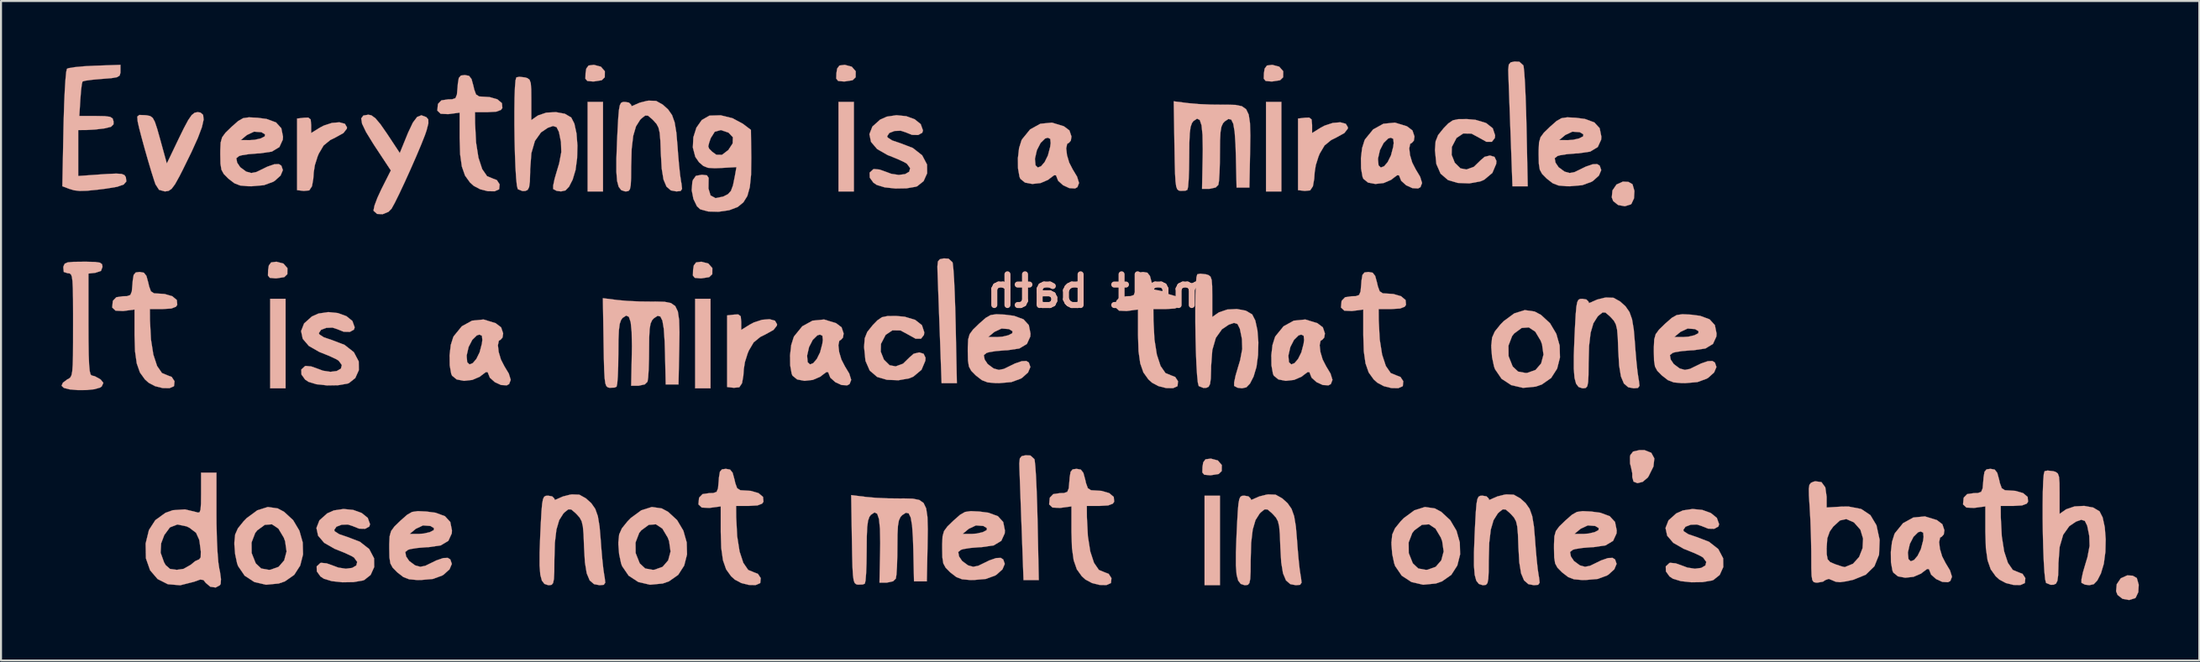
<source format=kicad_pcb>
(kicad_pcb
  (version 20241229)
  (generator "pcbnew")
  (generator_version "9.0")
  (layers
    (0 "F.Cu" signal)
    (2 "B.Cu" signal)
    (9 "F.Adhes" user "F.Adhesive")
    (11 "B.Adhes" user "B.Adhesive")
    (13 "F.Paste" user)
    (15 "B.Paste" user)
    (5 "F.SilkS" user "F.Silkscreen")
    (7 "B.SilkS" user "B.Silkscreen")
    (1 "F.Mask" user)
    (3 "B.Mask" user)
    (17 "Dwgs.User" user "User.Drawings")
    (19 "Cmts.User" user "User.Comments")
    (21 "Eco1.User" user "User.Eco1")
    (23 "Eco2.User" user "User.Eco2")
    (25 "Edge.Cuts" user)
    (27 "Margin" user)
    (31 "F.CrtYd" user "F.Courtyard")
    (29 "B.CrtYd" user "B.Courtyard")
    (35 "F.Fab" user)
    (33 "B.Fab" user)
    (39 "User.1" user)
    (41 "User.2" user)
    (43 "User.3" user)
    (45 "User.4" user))
  (footprint "melt bath"
    (layer "F.Cu")
    (at 50.233 11.41)
    (property "Reference" "melt bath" (at 1.27 0 180) (layer "B.SilkS") (effects (font (size 1.524 1.524) (thickness 0.3)) (justify mirror)))
    (attr through_hole)
    (fp_poly (pts (xy -39.878 4.826) (xy -39.116 4.826) (xy -39.116 0.381) (xy -39.878 0.381) (xy -39.878 4.826)) (stroke (width 0.01) (type solid)) (fill yes) (layer "B.SilkS"))
    (fp_poly (pts (xy -24.13 -4.953) (xy -23.368 -4.953) (xy -23.368 -9.398) (xy -24.13 -9.398) (xy -24.13 -4.953)) (stroke (width 0.01) (type solid)) (fill yes) (layer "B.SilkS"))
    (fp_poly (pts (xy -18.796 4.826) (xy -18.034 4.826) (xy -18.034 0.381) (xy -18.796 0.381) (xy -18.796 4.826)) (stroke (width 0.01) (type solid)) (fill yes) (layer "B.SilkS"))
    (fp_poly (pts (xy -11.684 -4.953) (xy -10.922 -4.953) (xy -10.922 -9.398) (xy -11.684 -9.398) (xy -11.684 -4.953)) (stroke (width 0.01) (type solid)) (fill yes) (layer "B.SilkS"))
    (fp_poly (pts (xy 6.477 14.605) (xy 7.239 14.605) (xy 7.239 10.16) (xy 6.477 10.16) (xy 6.477 14.605)) (stroke (width 0.01) (type solid)) (fill yes) (layer "B.SilkS"))
    (fp_poly (pts (xy 9.525 -4.953) (xy 10.287 -4.953) (xy 10.287 -9.398) (xy 9.525 -9.398) (xy 9.525 -4.953)) (stroke (width 0.01) (type solid)) (fill yes) (layer "B.SilkS"))
    (fp_poly (pts (xy -39.833 -1.426) (xy -39.946 -1.272) (xy -39.981 -1.048) (xy -39.99 -0.774) (xy -39.895 -0.66) (xy -39.628 -0.635) (xy -39.565 -0.635) (xy -39.181 -0.695) (xy -39.028 -0.843) (xy -39.024 -1.143) (xy -39.221 -1.369) (xy -39.566 -1.46) (xy -39.574 -1.46) (xy -39.833 -1.426)) (stroke (width 0.01) (type solid)) (fill yes) (layer "B.SilkS"))
    (fp_poly (pts (xy -24.085 -11.205) (xy -24.198 -11.051) (xy -24.233 -10.827) (xy -24.242 -10.553) (xy -24.147 -10.439) (xy -23.88 -10.414) (xy -23.817 -10.414) (xy -23.433 -10.474) (xy -23.28 -10.622) (xy -23.276 -10.922) (xy -23.473 -11.148) (xy -23.818 -11.239) (xy -23.826 -11.239) (xy -24.085 -11.205)) (stroke (width 0.01) (type solid)) (fill yes) (layer "B.SilkS"))
    (fp_poly (pts (xy -18.751 -1.426) (xy -18.864 -1.272) (xy -18.899 -1.048) (xy -18.908 -0.774) (xy -18.813 -0.66) (xy -18.546 -0.635) (xy -18.483 -0.635) (xy -18.099 -0.695) (xy -17.946 -0.843) (xy -17.942 -1.143) (xy -18.139 -1.369) (xy -18.484 -1.46) (xy -18.492 -1.46) (xy -18.751 -1.426)) (stroke (width 0.01) (type solid)) (fill yes) (layer "B.SilkS"))
    (fp_poly (pts (xy -11.639 -11.205) (xy -11.752 -11.051) (xy -11.787 -10.827) (xy -11.796 -10.553) (xy -11.701 -10.439) (xy -11.434 -10.414) (xy -11.371 -10.414) (xy -10.987 -10.474) (xy -10.834 -10.622) (xy -10.83 -10.922) (xy -11.027 -11.148) (xy -11.372 -11.239) (xy -11.38 -11.239) (xy -11.639 -11.205)) (stroke (width 0.01) (type solid)) (fill yes) (layer "B.SilkS"))
    (fp_poly (pts (xy 6.522 8.353) (xy 6.409 8.507) (xy 6.374 8.731) (xy 6.365 9.005) (xy 6.46 9.119) (xy 6.727 9.144) (xy 6.79 9.144) (xy 7.174 9.084) (xy 7.327 8.936) (xy 7.331 8.636) (xy 7.134 8.41) (xy 6.789 8.319) (xy 6.781 8.319) (xy 6.522 8.353)) (stroke (width 0.01) (type solid)) (fill yes) (layer "B.SilkS"))
    (fp_poly (pts (xy 9.57 -11.205) (xy 9.457 -11.051) (xy 9.422 -10.827) (xy 9.413 -10.553) (xy 9.508 -10.439) (xy 9.775 -10.414) (xy 9.838 -10.414) (xy 10.222 -10.474) (xy 10.375 -10.622) (xy 10.379 -10.922) (xy 10.182 -11.148) (xy 9.837 -11.239) (xy 9.829 -11.239) (xy 9.57 -11.205)) (stroke (width 0.01) (type solid)) (fill yes) (layer "B.SilkS"))
    (fp_poly (pts (xy 26.911 -5.294) (xy 26.712 -5.001) (xy 26.679 -4.655) (xy 26.751 -4.47) (xy 26.995 -4.277) (xy 27.326 -4.216) (xy 27.618 -4.306) (xy 27.655 -4.338) (xy 27.781 -4.609) (xy 27.802 -4.975) (xy 27.71 -5.299) (xy 27.702 -5.312) (xy 27.504 -5.425) (xy 27.23 -5.439) (xy 26.911 -5.294)) (stroke (width 0.01) (type solid)) (fill yes) (layer "B.SilkS"))
    (fp_poly (pts (xy 51.93 14.264) (xy 51.731 14.557) (xy 51.698 14.903) (xy 51.77 15.088) (xy 52.014 15.281) (xy 52.345 15.342) (xy 52.637 15.252) (xy 52.674 15.22) (xy 52.8 14.949) (xy 52.821 14.583) (xy 52.729 14.259) (xy 52.721 14.246) (xy 52.523 14.133) (xy 52.249 14.119) (xy 51.93 14.264)) (stroke (width 0.01) (type solid)) (fill yes) (layer "B.SilkS"))
    (fp_poly (pts (xy 27.734 7.969) (xy 27.6 8.142) (xy 27.581 8.232) (xy 27.585 8.561) (xy 27.631 8.74) (xy 27.695 9.042) (xy 27.696 9.239) (xy 27.758 9.461) (xy 27.954 9.538) (xy 28.211 9.472) (xy 28.457 9.266) (xy 28.5 9.207) (xy 28.746 8.71) (xy 28.79 8.309) (xy 28.639 8.03) (xy 28.304 7.897) (xy 28.044 7.897) (xy 27.734 7.969)) (stroke (width 0.01) (type solid)) (fill yes) (layer "B.SilkS"))
    (fp_poly (pts (xy -6.658 -1.584) (xy -6.753 -1.471) (xy -6.778 -1.218) (xy -6.771 -0.953) (xy -6.759 -0.623) (xy -6.74 -0.093) (xy -6.715 0.585) (xy -6.687 1.356) (xy -6.658 2.127) (xy -6.569 4.572) (xy -5.812 4.572) (xy -5.871 1.683) (xy -5.893 0.84) (xy -5.92 0.074) (xy -5.95 -0.577) (xy -5.983 -1.072) (xy -6.015 -1.372) (xy -6.03 -1.436) (xy -6.226 -1.613) (xy -6.461 -1.626) (xy -6.658 -1.584)) (stroke (width 0.01) (type solid)) (fill yes) (layer "B.SilkS"))
    (fp_poly (pts (xy -2.594 8.195) (xy -2.689 8.308) (xy -2.714 8.561) (xy -2.707 8.826) (xy -2.695 9.156) (xy -2.676 9.686) (xy -2.651 10.364) (xy -2.623 11.135) (xy -2.594 11.906) (xy -2.505 14.351) (xy -1.748 14.351) (xy -1.807 11.462) (xy -1.829 10.619) (xy -1.856 9.853) (xy -1.886 9.202) (xy -1.919 8.707) (xy -1.951 8.407) (xy -1.966 8.343) (xy -2.162 8.166) (xy -2.397 8.153) (xy -2.594 8.195)) (stroke (width 0.01) (type solid)) (fill yes) (layer "B.SilkS"))
    (fp_poly (pts (xy 21.663 -11.363) (xy 21.568 -11.25) (xy 21.543 -10.997) (xy 21.55 -10.732) (xy 21.562 -10.402) (xy 21.581 -9.872) (xy 21.606 -9.194) (xy 21.634 -8.423) (xy 21.663 -7.652) (xy 21.752 -5.207) (xy 22.509 -5.207) (xy 22.45 -8.096) (xy 22.428 -8.939) (xy 22.401 -9.705) (xy 22.371 -10.356) (xy 22.338 -10.851) (xy 22.306 -11.151) (xy 22.291 -11.215) (xy 22.095 -11.392) (xy 21.86 -11.405) (xy 21.663 -11.363)) (stroke (width 0.01) (type solid)) (fill yes) (layer "B.SilkS"))
    (fp_poly (pts (xy -38.195 -8.613) (xy -38.544 -8.572) (xy -38.544 -5.016) (xy -38.212 -4.978) (xy -37.941 -5.004) (xy -37.809 -5.203) (xy -37.801 -5.232) (xy -37.74 -5.584) (xy -37.718 -5.905) (xy -37.662 -6.259) (xy -37.526 -6.689) (xy -37.466 -6.832) (xy -37.229 -7.234) (xy -36.902 -7.502) (xy -36.643 -7.631) (xy -36.245 -7.852) (xy -36.077 -8.067) (xy -36.068 -8.134) (xy -36.173 -8.312) (xy -36.443 -8.385) (xy -36.815 -8.355) (xy -37.222 -8.222) (xy -37.418 -8.118) (xy -37.846 -7.853) (xy -37.846 -8.253) (xy -37.871 -8.528) (xy -37.99 -8.621) (xy -38.195 -8.613)) (stroke (width 0.01) (type solid)) (fill yes) (layer "B.SilkS"))
    (fp_poly (pts (xy -16.859 1.166) (xy -17.209 1.206) (xy -17.209 4.763) (xy -16.876 4.801) (xy -16.605 4.775) (xy -16.473 4.576) (xy -16.465 4.547) (xy -16.404 4.195) (xy -16.382 3.873) (xy -16.326 3.52) (xy -16.19 3.09) (xy -16.13 2.947) (xy -15.893 2.545) (xy -15.566 2.277) (xy -15.307 2.148) (xy -14.909 1.927) (xy -14.741 1.712) (xy -14.732 1.645) (xy -14.837 1.467) (xy -15.107 1.394) (xy -15.479 1.424) (xy -15.886 1.557) (xy -16.082 1.661) (xy -16.51 1.926) (xy -16.51 1.526) (xy -16.535 1.251) (xy -16.654 1.158) (xy -16.859 1.166)) (stroke (width 0.01) (type solid)) (fill yes) (layer "B.SilkS"))
    (fp_poly (pts (xy 11.462 -8.613) (xy 11.113 -8.572) (xy 11.113 -5.016) (xy 11.445 -4.978) (xy 11.716 -5.004) (xy 11.848 -5.203) (xy 11.856 -5.232) (xy 11.917 -5.584) (xy 11.939 -5.905) (xy 11.995 -6.259) (xy 12.131 -6.689) (xy 12.191 -6.832) (xy 12.428 -7.234) (xy 12.755 -7.502) (xy 13.014 -7.631) (xy 13.412 -7.852) (xy 13.58 -8.067) (xy 13.589 -8.134) (xy 13.484 -8.312) (xy 13.214 -8.385) (xy 12.842 -8.355) (xy 12.435 -8.222) (xy 12.239 -8.118) (xy 11.811 -7.853) (xy 11.811 -8.253) (xy 11.786 -8.528) (xy 11.667 -8.621) (xy 11.462 -8.613)) (stroke (width 0.01) (type solid)) (fill yes) (layer "B.SilkS"))
    (fp_poly (pts (xy -43.631 -8.859) (xy -43.776 -8.741) (xy -43.945 -8.497) (xy -44.164 -8.088) (xy -44.396 -7.614) (xy -45.007 -6.338) (xy -45.332 -7.519) (xy -45.485 -8.063) (xy -45.6 -8.409) (xy -45.706 -8.605) (xy -45.833 -8.697) (xy -46.009 -8.733) (xy -46.085 -8.74) (xy -46.372 -8.751) (xy -46.472 -8.67) (xy -46.454 -8.437) (xy -46.452 -8.423) (xy -46.384 -8.119) (xy -46.261 -7.644) (xy -46.104 -7.071) (xy -45.933 -6.472) (xy -45.768 -5.917) (xy -45.63 -5.481) (xy -45.568 -5.302) (xy -45.393 -5.032) (xy -45.105 -4.953) (xy -45.095 -4.953) (xy -44.92 -4.979) (xy -44.766 -5.085) (xy -44.597 -5.314) (xy -44.378 -5.709) (xy -44.229 -6.001) (xy -43.784 -6.908) (xy -43.464 -7.617) (xy -43.265 -8.148) (xy -43.181 -8.52) (xy -43.206 -8.754) (xy -43.336 -8.869) (xy -43.482 -8.89) (xy -43.631 -8.859)) (stroke (width 0.01) (type solid)) (fill yes) (layer "B.SilkS"))
    (fp_poly (pts (xy -35.258 -8.721) (xy -35.363 -8.579) (xy -35.32 -8.315) (xy -35.125 -7.906) (xy -34.772 -7.33) (xy -34.678 -7.185) (xy -33.893 -5.995) (xy -34.354 -5.08) (xy -34.562 -4.63) (xy -34.702 -4.254) (xy -34.752 -4.017) (xy -34.747 -3.987) (xy -34.574 -3.834) (xy -34.297 -3.822) (xy -34.012 -3.939) (xy -33.857 -4.096) (xy -33.701 -4.379) (xy -33.474 -4.838) (xy -33.203 -5.416) (xy -32.915 -6.053) (xy -32.635 -6.691) (xy -32.39 -7.272) (xy -32.206 -7.736) (xy -32.122 -7.979) (xy -32.031 -8.334) (xy -32.035 -8.529) (xy -32.135 -8.643) (xy -32.14 -8.646) (xy -32.377 -8.734) (xy -32.589 -8.651) (xy -32.8 -8.371) (xy -33.037 -7.871) (xy -33.075 -7.778) (xy -33.449 -6.86) (xy -34.077 -7.812) (xy -34.412 -8.294) (xy -34.661 -8.589) (xy -34.862 -8.733) (xy -35.01 -8.763) (xy -35.258 -8.721)) (stroke (width 0.01) (type solid)) (fill yes) (layer "B.SilkS"))
    (fp_poly (pts (xy -9.25 1.237) (xy -9.527 1.295) (xy -9.753 1.449) (xy -9.984 1.686) (xy -10.257 2.026) (xy -10.383 2.342) (xy -10.414 2.767) (xy -10.414 2.786) (xy -10.346 3.463) (xy -10.135 3.946) (xy -9.772 4.258) (xy -9.761 4.264) (xy -9.281 4.405) (xy -8.709 4.427) (xy -8.172 4.331) (xy -7.972 4.247) (xy -7.566 3.907) (xy -7.377 3.46) (xy -7.366 3.31) (xy -7.461 3.111) (xy -7.686 3.043) (xy -7.954 3.11) (xy -8.153 3.282) (xy -8.482 3.603) (xy -8.849 3.737) (xy -9.15 3.68) (xy -9.43 3.404) (xy -9.588 3.007) (xy -9.577 2.618) (xy -9.345 2.172) (xy -9.009 1.947) (xy -8.604 1.954) (xy -8.209 2.168) (xy -7.861 2.362) (xy -7.592 2.363) (xy -7.445 2.176) (xy -7.429 2.044) (xy -7.546 1.691) (xy -7.879 1.428) (xy -8.4 1.271) (xy -8.82 1.234) (xy -9.25 1.237)) (stroke (width 0.01) (type solid)) (fill yes) (layer "B.SilkS"))
    (fp_poly (pts (xy 19.071 -8.542) (xy 18.794 -8.484) (xy 18.568 -8.33) (xy 18.337 -8.093) (xy 18.064 -7.753) (xy 17.938 -7.437) (xy 17.907 -7.012) (xy 17.907 -6.993) (xy 17.975 -6.316) (xy 18.186 -5.833) (xy 18.549 -5.521) (xy 18.56 -5.515) (xy 19.04 -5.374) (xy 19.612 -5.352) (xy 20.149 -5.448) (xy 20.349 -5.532) (xy 20.755 -5.872) (xy 20.944 -6.319) (xy 20.955 -6.469) (xy 20.86 -6.668) (xy 20.635 -6.736) (xy 20.367 -6.669) (xy 20.168 -6.497) (xy 19.839 -6.176) (xy 19.472 -6.042) (xy 19.171 -6.099) (xy 18.891 -6.375) (xy 18.733 -6.772) (xy 18.744 -7.161) (xy 18.976 -7.607) (xy 19.312 -7.832) (xy 19.717 -7.825) (xy 20.112 -7.611) (xy 20.46 -7.417) (xy 20.729 -7.416) (xy 20.876 -7.603) (xy 20.892 -7.735) (xy 20.775 -8.088) (xy 20.442 -8.351) (xy 19.921 -8.508) (xy 19.501 -8.545) (xy 19.071 -8.542)) (stroke (width 0.01) (type solid)) (fill yes) (layer "B.SilkS"))
    (fp_poly (pts (xy -40.517 10.885) (xy -41.042 11.271) (xy -41.203 11.437) (xy -41.481 11.782) (xy -41.616 12.086) (xy -41.655 12.473) (xy -41.656 12.577) (xy -41.618 13.058) (xy -41.522 13.514) (xy -41.473 13.654) (xy -41.147 14.132) (xy -40.665 14.448) (xy -40.083 14.583) (xy -39.453 14.522) (xy -39.15 14.417) (xy -38.687 14.093) (xy -38.389 13.629) (xy -38.249 13.075) (xy -38.253 12.931) (xy -39.066 12.931) (xy -39.184 13.373) (xy -39.461 13.693) (xy -39.869 13.839) (xy -39.954 13.843) (xy -40.325 13.775) (xy -40.584 13.532) (xy -40.602 13.504) (xy -40.798 13.01) (xy -40.803 12.483) (xy -40.623 12.013) (xy -40.52 11.882) (xy -40.147 11.608) (xy -39.792 11.581) (xy -39.472 11.794) (xy -39.206 12.24) (xy -39.139 12.419) (xy -39.066 12.931) (xy -38.253 12.931) (xy -38.265 12.482) (xy -38.43 11.898) (xy -38.741 11.374) (xy -39.191 10.959) (xy -39.504 10.792) (xy -39.994 10.721) (xy -40.517 10.885)) (stroke (width 0.01) (type solid)) (fill yes) (layer "B.SilkS"))
    (fp_poly (pts (xy -21.467 10.885) (xy -21.992 11.271) (xy -22.153 11.437) (xy -22.431 11.782) (xy -22.566 12.086) (xy -22.605 12.473) (xy -22.606 12.577) (xy -22.568 13.058) (xy -22.472 13.514) (xy -22.423 13.654) (xy -22.097 14.132) (xy -21.615 14.448) (xy -21.033 14.583) (xy -20.403 14.522) (xy -20.1 14.417) (xy -19.637 14.093) (xy -19.339 13.629) (xy -19.199 13.075) (xy -19.203 12.931) (xy -20.016 12.931) (xy -20.134 13.373) (xy -20.411 13.693) (xy -20.819 13.839) (xy -20.904 13.843) (xy -21.275 13.775) (xy -21.534 13.532) (xy -21.552 13.504) (xy -21.748 13.01) (xy -21.753 12.483) (xy -21.573 12.013) (xy -21.47 11.882) (xy -21.097 11.608) (xy -20.742 11.581) (xy -20.422 11.794) (xy -20.156 12.24) (xy -20.089 12.419) (xy -20.016 12.931) (xy -19.203 12.931) (xy -19.215 12.482) (xy -19.38 11.898) (xy -19.691 11.374) (xy -20.141 10.959) (xy -20.454 10.792) (xy -20.944 10.721) (xy -21.467 10.885)) (stroke (width 0.01) (type solid)) (fill yes) (layer "B.SilkS"))
    (fp_poly (pts (xy 16.887 10.885) (xy 16.362 11.271) (xy 16.201 11.437) (xy 15.923 11.782) (xy 15.788 12.086) (xy 15.749 12.473) (xy 15.748 12.577) (xy 15.786 13.058) (xy 15.882 13.514) (xy 15.931 13.654) (xy 16.257 14.132) (xy 16.739 14.448) (xy 17.321 14.583) (xy 17.951 14.522) (xy 18.254 14.417) (xy 18.717 14.093) (xy 19.015 13.629) (xy 19.155 13.075) (xy 19.151 12.931) (xy 18.338 12.931) (xy 18.22 13.373) (xy 17.943 13.693) (xy 17.535 13.839) (xy 17.45 13.843) (xy 17.079 13.775) (xy 16.82 13.532) (xy 16.802 13.504) (xy 16.606 13.01) (xy 16.601 12.483) (xy 16.781 12.013) (xy 16.884 11.882) (xy 17.257 11.608) (xy 17.612 11.581) (xy 17.932 11.794) (xy 18.198 12.24) (xy 18.265 12.419) (xy 18.338 12.931) (xy 19.151 12.931) (xy 19.139 12.482) (xy 18.974 11.898) (xy 18.663 11.374) (xy 18.213 10.959) (xy 17.9 10.792) (xy 17.41 10.721) (xy 16.887 10.885)) (stroke (width 0.01) (type solid)) (fill yes) (layer "B.SilkS"))
    (fp_poly (pts (xy 21.84 1.106) (xy 21.315 1.492) (xy 21.154 1.658) (xy 20.876 2.003) (xy 20.741 2.307) (xy 20.702 2.694) (xy 20.701 2.798) (xy 20.739 3.279) (xy 20.835 3.735) (xy 20.884 3.875) (xy 21.21 4.353) (xy 21.692 4.669) (xy 22.274 4.804) (xy 22.904 4.743) (xy 23.207 4.638) (xy 23.67 4.314) (xy 23.968 3.85) (xy 24.108 3.296) (xy 24.104 3.152) (xy 23.291 3.152) (xy 23.173 3.594) (xy 22.896 3.914) (xy 22.488 4.06) (xy 22.403 4.064) (xy 22.032 3.996) (xy 21.773 3.753) (xy 21.755 3.725) (xy 21.559 3.231) (xy 21.554 2.704) (xy 21.734 2.234) (xy 21.837 2.103) (xy 22.21 1.829) (xy 22.565 1.802) (xy 22.885 2.015) (xy 23.151 2.461) (xy 23.218 2.64) (xy 23.291 3.152) (xy 24.104 3.152) (xy 24.092 2.703) (xy 23.927 2.119) (xy 23.616 1.595) (xy 23.166 1.18) (xy 22.853 1.013) (xy 22.363 0.942) (xy 21.84 1.106)) (stroke (width 0.01) (type solid)) (fill yes) (layer "B.SilkS"))
    (fp_poly (pts (xy -37.483 1.113) (xy -37.811 1.259) (xy -38.197 1.605) (xy -38.346 1.985) (xy -38.264 2.368) (xy -37.961 2.723) (xy -37.443 3.02) (xy -37.351 3.056) (xy -36.94 3.222) (xy -36.616 3.373) (xy -36.482 3.454) (xy -36.324 3.671) (xy -36.37 3.848) (xy -36.574 3.967) (xy -36.888 4.008) (xy -37.262 3.951) (xy -37.5 3.862) (xy -37.84 3.741) (xy -38.112 3.715) (xy -38.152 3.724) (xy -38.335 3.895) (xy -38.327 4.142) (xy -38.146 4.393) (xy -37.979 4.505) (xy -37.585 4.625) (xy -37.056 4.682) (xy -36.506 4.673) (xy -36.049 4.595) (xy -35.972 4.568) (xy -35.657 4.317) (xy -35.481 3.925) (xy -35.486 3.491) (xy -35.728 3.032) (xy -36.19 2.669) (xy -36.82 2.428) (xy -37.216 2.294) (xy -37.437 2.151) (xy -37.465 2.086) (xy -37.356 1.923) (xy -37.097 1.824) (xy -36.788 1.812) (xy -36.559 1.886) (xy -36.229 2.018) (xy -35.924 2.024) (xy -35.724 1.913) (xy -35.687 1.798) (xy -35.8 1.483) (xy -36.099 1.242) (xy -36.52 1.089) (xy -37.003 1.041) (xy -37.483 1.113)) (stroke (width 0.01) (type solid)) (fill yes) (layer "B.SilkS"))
    (fp_poly (pts (xy -36.721 10.892) (xy -37.049 11.038) (xy -37.435 11.384) (xy -37.584 11.764) (xy -37.502 12.147) (xy -37.199 12.502) (xy -36.681 12.799) (xy -36.589 12.835) (xy -36.178 13.001) (xy -35.854 13.152) (xy -35.72 13.233) (xy -35.562 13.45) (xy -35.608 13.627) (xy -35.812 13.746) (xy -36.126 13.787) (xy -36.5 13.73) (xy -36.738 13.641) (xy -37.078 13.52) (xy -37.35 13.494) (xy -37.39 13.503) (xy -37.573 13.674) (xy -37.565 13.921) (xy -37.384 14.172) (xy -37.217 14.284) (xy -36.823 14.404) (xy -36.294 14.461) (xy -35.744 14.452) (xy -35.287 14.374) (xy -35.21 14.347) (xy -34.895 14.096) (xy -34.719 13.704) (xy -34.724 13.27) (xy -34.966 12.811) (xy -35.428 12.448) (xy -36.058 12.207) (xy -36.454 12.073) (xy -36.675 11.93) (xy -36.703 11.865) (xy -36.594 11.702) (xy -36.335 11.603) (xy -36.026 11.591) (xy -35.797 11.665) (xy -35.467 11.797) (xy -35.162 11.803) (xy -34.962 11.692) (xy -34.925 11.577) (xy -35.038 11.262) (xy -35.337 11.021) (xy -35.758 10.868) (xy -36.241 10.82) (xy -36.721 10.892)) (stroke (width 0.01) (type solid)) (fill yes) (layer "B.SilkS"))
    (fp_poly (pts (xy -9.289 -8.666) (xy -9.617 -8.52) (xy -10.003 -8.174) (xy -10.152 -7.794) (xy -10.07 -7.411) (xy -9.767 -7.056) (xy -9.249 -6.759) (xy -9.157 -6.723) (xy -8.746 -6.557) (xy -8.422 -6.406) (xy -8.288 -6.325) (xy -8.13 -6.108) (xy -8.176 -5.931) (xy -8.38 -5.812) (xy -8.694 -5.771) (xy -9.068 -5.828) (xy -9.306 -5.917) (xy -9.646 -6.038) (xy -9.918 -6.064) (xy -9.958 -6.055) (xy -10.141 -5.884) (xy -10.133 -5.637) (xy -9.952 -5.386) (xy -9.785 -5.274) (xy -9.391 -5.154) (xy -8.862 -5.097) (xy -8.312 -5.106) (xy -7.855 -5.184) (xy -7.778 -5.211) (xy -7.463 -5.462) (xy -7.287 -5.854) (xy -7.292 -6.288) (xy -7.534 -6.747) (xy -7.996 -7.11) (xy -8.626 -7.351) (xy -9.022 -7.485) (xy -9.243 -7.628) (xy -9.271 -7.693) (xy -9.162 -7.856) (xy -8.903 -7.955) (xy -8.594 -7.967) (xy -8.365 -7.893) (xy -8.035 -7.761) (xy -7.73 -7.755) (xy -7.53 -7.866) (xy -7.493 -7.981) (xy -7.606 -8.296) (xy -7.905 -8.537) (xy -8.326 -8.69) (xy -8.809 -8.738) (xy -9.289 -8.666)) (stroke (width 0.01) (type solid)) (fill yes) (layer "B.SilkS"))
    (fp_poly (pts (xy 30.208 10.892) (xy 29.88 11.038) (xy 29.494 11.384) (xy 29.345 11.764) (xy 29.427 12.147) (xy 29.73 12.502) (xy 30.248 12.799) (xy 30.34 12.835) (xy 30.751 13.001) (xy 31.075 13.152) (xy 31.209 13.233) (xy 31.367 13.45) (xy 31.321 13.627) (xy 31.117 13.746) (xy 30.803 13.787) (xy 30.429 13.73) (xy 30.191 13.641) (xy 29.851 13.52) (xy 29.579 13.494) (xy 29.539 13.503) (xy 29.356 13.674) (xy 29.364 13.921) (xy 29.545 14.172) (xy 29.712 14.284) (xy 30.106 14.404) (xy 30.635 14.461) (xy 31.185 14.452) (xy 31.642 14.374) (xy 31.719 14.347) (xy 32.034 14.096) (xy 32.21 13.704) (xy 32.205 13.27) (xy 31.963 12.811) (xy 31.501 12.448) (xy 30.871 12.207) (xy 30.475 12.073) (xy 30.254 11.93) (xy 30.226 11.865) (xy 30.335 11.702) (xy 30.594 11.603) (xy 30.903 11.591) (xy 31.132 11.665) (xy 31.462 11.797) (xy 31.767 11.803) (xy 31.967 11.692) (xy 32.004 11.577) (xy 31.891 11.262) (xy 31.592 11.021) (xy 31.171 10.868) (xy 30.688 10.82) (xy 30.208 10.892)) (stroke (width 0.01) (type solid)) (fill yes) (layer "B.SilkS"))
    (fp_poly (pts (xy -29.864 1.466) (xy -30.372 1.746) (xy -30.77 2.235) (xy -30.8 2.291) (xy -30.92 2.675) (xy -30.978 3.176) (xy -30.972 3.686) (xy -30.899 4.099) (xy -30.857 4.199) (xy -30.627 4.387) (xy -30.262 4.456) (xy -29.85 4.41) (xy -29.479 4.25) (xy -29.377 4.169) (xy -29.179 4.022) (xy -29.084 4.028) (xy -29.083 4.042) (xy -28.981 4.299) (xy -28.734 4.521) (xy -28.425 4.663) (xy -28.141 4.679) (xy -28.025 4.614) (xy -27.945 4.407) (xy -28.042 4.093) (xy -28.258 3.734) (xy -28.432 3.396) (xy -28.543 3.023) (xy -28.581 2.689) (xy -28.535 2.465) (xy -28.47 2.426) (xy -29.353 2.426) (xy -29.378 2.617) (xy -29.489 3.04) (xy -29.651 3.368) (xy -29.829 3.576) (xy -29.991 3.639) (xy -30.104 3.531) (xy -30.132 3.226) (xy -30.129 3.186) (xy -30.035 2.775) (xy -29.852 2.42) (xy -29.626 2.198) (xy -29.496 2.159) (xy -29.374 2.216) (xy -29.353 2.426) (xy -28.47 2.426) (xy -28.448 2.413) (xy -28.352 2.304) (xy -28.321 2.099) (xy -28.422 1.798) (xy -28.696 1.591) (xy -29.29 1.409) (xy -29.864 1.466)) (stroke (width 0.01) (type solid)) (fill yes) (layer "B.SilkS"))
    (fp_poly (pts (xy -12.973 1.466) (xy -13.481 1.746) (xy -13.879 2.235) (xy -13.909 2.291) (xy -14.029 2.675) (xy -14.087 3.176) (xy -14.081 3.686) (xy -14.008 4.099) (xy -13.966 4.199) (xy -13.736 4.387) (xy -13.371 4.456) (xy -12.959 4.41) (xy -12.588 4.25) (xy -12.486 4.169) (xy -12.288 4.022) (xy -12.193 4.028) (xy -12.192 4.042) (xy -12.09 4.299) (xy -11.843 4.521) (xy -11.534 4.663) (xy -11.25 4.679) (xy -11.134 4.614) (xy -11.054 4.407) (xy -11.151 4.093) (xy -11.367 3.734) (xy -11.541 3.396) (xy -11.652 3.023) (xy -11.69 2.689) (xy -11.644 2.465) (xy -11.579 2.426) (xy -12.462 2.426) (xy -12.487 2.617) (xy -12.598 3.04) (xy -12.76 3.368) (xy -12.938 3.576) (xy -13.1 3.639) (xy -13.213 3.531) (xy -13.241 3.226) (xy -13.238 3.186) (xy -13.144 2.775) (xy -12.961 2.42) (xy -12.735 2.198) (xy -12.605 2.159) (xy -12.483 2.216) (xy -12.462 2.426) (xy -11.579 2.426) (xy -11.557 2.413) (xy -11.461 2.304) (xy -11.43 2.099) (xy -11.531 1.798) (xy -11.805 1.591) (xy -12.399 1.409) (xy -12.973 1.466)) (stroke (width 0.01) (type solid)) (fill yes) (layer "B.SilkS"))
    (fp_poly (pts (xy -1.67 -8.313) (xy -2.178 -8.033) (xy -2.576 -7.544) (xy -2.606 -7.488) (xy -2.726 -7.104) (xy -2.784 -6.603) (xy -2.778 -6.093) (xy -2.705 -5.68) (xy -2.663 -5.58) (xy -2.433 -5.392) (xy -2.068 -5.323) (xy -1.656 -5.369) (xy -1.285 -5.529) (xy -1.183 -5.61) (xy -0.985 -5.757) (xy -0.89 -5.751) (xy -0.889 -5.737) (xy -0.787 -5.48) (xy -0.54 -5.258) (xy -0.231 -5.116) (xy 0.053 -5.1) (xy 0.169 -5.165) (xy 0.249 -5.372) (xy 0.152 -5.686) (xy -0.064 -6.045) (xy -0.238 -6.383) (xy -0.349 -6.756) (xy -0.387 -7.09) (xy -0.341 -7.314) (xy -0.276 -7.353) (xy -1.159 -7.353) (xy -1.184 -7.162) (xy -1.295 -6.739) (xy -1.457 -6.411) (xy -1.635 -6.203) (xy -1.797 -6.14) (xy -1.909 -6.248) (xy -1.938 -6.553) (xy -1.935 -6.593) (xy -1.841 -7.004) (xy -1.658 -7.359) (xy -1.432 -7.581) (xy -1.302 -7.62) (xy -1.18 -7.563) (xy -1.159 -7.353) (xy -0.276 -7.353) (xy -0.254 -7.366) (xy -0.158 -7.475) (xy -0.127 -7.68) (xy -0.228 -7.981) (xy -0.502 -8.188) (xy -1.096 -8.37) (xy -1.67 -8.313)) (stroke (width 0.01) (type solid)) (fill yes) (layer "B.SilkS"))
    (fp_poly (pts (xy 10.903 1.466) (xy 10.395 1.746) (xy 9.997 2.235) (xy 9.967 2.291) (xy 9.847 2.675) (xy 9.789 3.176) (xy 9.795 3.686) (xy 9.868 4.099) (xy 9.91 4.199) (xy 10.14 4.387) (xy 10.505 4.456) (xy 10.917 4.41) (xy 11.288 4.25) (xy 11.39 4.169) (xy 11.588 4.022) (xy 11.683 4.028) (xy 11.684 4.042) (xy 11.786 4.299) (xy 12.033 4.521) (xy 12.342 4.663) (xy 12.626 4.679) (xy 12.742 4.614) (xy 12.822 4.407) (xy 12.725 4.093) (xy 12.509 3.734) (xy 12.335 3.396) (xy 12.224 3.023) (xy 12.186 2.689) (xy 12.232 2.465) (xy 12.297 2.426) (xy 11.414 2.426) (xy 11.389 2.617) (xy 11.278 3.04) (xy 11.116 3.368) (xy 10.938 3.576) (xy 10.776 3.639) (xy 10.664 3.531) (xy 10.635 3.226) (xy 10.638 3.186) (xy 10.732 2.775) (xy 10.915 2.42) (xy 11.141 2.198) (xy 11.271 2.159) (xy 11.393 2.216) (xy 11.414 2.426) (xy 12.297 2.426) (xy 12.319 2.413) (xy 12.415 2.304) (xy 12.446 2.099) (xy 12.345 1.798) (xy 12.071 1.591) (xy 11.477 1.409) (xy 10.903 1.466)) (stroke (width 0.01) (type solid)) (fill yes) (layer "B.SilkS"))
    (fp_poly (pts (xy 15.348 -8.313) (xy 14.84 -8.033) (xy 14.442 -7.544) (xy 14.412 -7.488) (xy 14.292 -7.104) (xy 14.234 -6.603) (xy 14.24 -6.093) (xy 14.313 -5.68) (xy 14.355 -5.58) (xy 14.585 -5.392) (xy 14.95 -5.323) (xy 15.362 -5.369) (xy 15.733 -5.529) (xy 15.835 -5.61) (xy 16.033 -5.757) (xy 16.128 -5.751) (xy 16.129 -5.737) (xy 16.231 -5.48) (xy 16.478 -5.258) (xy 16.787 -5.116) (xy 17.071 -5.1) (xy 17.187 -5.165) (xy 17.267 -5.372) (xy 17.17 -5.686) (xy 16.954 -6.045) (xy 16.78 -6.383) (xy 16.669 -6.756) (xy 16.631 -7.09) (xy 16.677 -7.314) (xy 16.742 -7.353) (xy 15.859 -7.353) (xy 15.834 -7.162) (xy 15.723 -6.739) (xy 15.561 -6.411) (xy 15.383 -6.203) (xy 15.221 -6.14) (xy 15.108 -6.248) (xy 15.08 -6.553) (xy 15.083 -6.593) (xy 15.177 -7.004) (xy 15.36 -7.359) (xy 15.586 -7.581) (xy 15.716 -7.62) (xy 15.838 -7.563) (xy 15.859 -7.353) (xy 16.742 -7.353) (xy 16.764 -7.366) (xy 16.86 -7.475) (xy 16.891 -7.68) (xy 16.79 -7.981) (xy 16.516 -8.188) (xy 15.922 -8.37) (xy 15.348 -8.313)) (stroke (width 0.01) (type solid)) (fill yes) (layer "B.SilkS"))
    (fp_poly (pts (xy 41.637 11.245) (xy 41.129 11.525) (xy 40.731 12.014) (xy 40.701 12.07) (xy 40.581 12.454) (xy 40.523 12.955) (xy 40.529 13.465) (xy 40.602 13.878) (xy 40.644 13.978) (xy 40.874 14.166) (xy 41.239 14.235) (xy 41.651 14.189) (xy 42.022 14.029) (xy 42.124 13.948) (xy 42.322 13.801) (xy 42.417 13.807) (xy 42.418 13.821) (xy 42.52 14.078) (xy 42.767 14.3) (xy 43.076 14.442) (xy 43.36 14.458) (xy 43.476 14.393) (xy 43.556 14.186) (xy 43.459 13.872) (xy 43.243 13.513) (xy 43.069 13.175) (xy 42.958 12.802) (xy 42.92 12.468) (xy 42.966 12.244) (xy 43.031 12.205) (xy 42.148 12.205) (xy 42.123 12.396) (xy 42.012 12.819) (xy 41.85 13.147) (xy 41.672 13.355) (xy 41.51 13.418) (xy 41.398 13.31) (xy 41.369 13.005) (xy 41.372 12.965) (xy 41.466 12.554) (xy 41.649 12.199) (xy 41.875 11.977) (xy 42.005 11.938) (xy 42.127 11.995) (xy 42.148 12.205) (xy 43.031 12.205) (xy 43.053 12.192) (xy 43.149 12.083) (xy 43.18 11.878) (xy 43.079 11.577) (xy 42.805 11.37) (xy 42.211 11.188) (xy 41.637 11.245)) (stroke (width 0.01) (type solid)) (fill yes) (layer "B.SilkS"))
    (fp_poly (pts (xy -49.636 -1.455) (xy -49.925 -1.428) (xy -50.071 -1.363) (xy -50.13 -1.244) (xy -50.142 -1.175) (xy -50.118 -0.951) (xy -49.923 -0.889) (xy -49.92 -0.889) (xy -49.831 -0.881) (xy -49.765 -0.834) (xy -49.718 -0.717) (xy -49.687 -0.496) (xy -49.669 -0.139) (xy -49.66 0.387) (xy -49.657 1.113) (xy -49.657 1.684) (xy -49.658 2.554) (xy -49.662 3.203) (xy -49.675 3.667) (xy -49.698 3.979) (xy -49.736 4.174) (xy -49.793 4.286) (xy -49.871 4.349) (xy -49.943 4.383) (xy -50.163 4.549) (xy -50.228 4.699) (xy -50.115 4.808) (xy -49.822 4.881) (xy -49.423 4.916) (xy -48.99 4.914) (xy -48.595 4.872) (xy -48.311 4.789) (xy -48.235 4.732) (xy -48.155 4.557) (xy -48.285 4.395) (xy -48.321 4.368) (xy -48.58 4.227) (xy -48.729 4.191) (xy -48.788 4.141) (xy -48.832 3.971) (xy -48.862 3.655) (xy -48.882 3.165) (xy -48.892 2.473) (xy -48.895 1.659) (xy -48.895 -0.872) (xy -48.546 -0.912) (xy -48.273 -1.005) (xy -48.197 -1.206) (xy -48.219 -1.336) (xy -48.322 -1.413) (xy -48.557 -1.449) (xy -48.978 -1.46) (xy -49.149 -1.46) (xy -49.636 -1.455)) (stroke (width 0.01) (type solid)) (fill yes) (layer "B.SilkS"))
    (fp_poly (pts (xy -46.549 -0.927) (xy -46.651 -0.808) (xy -46.698 -0.527) (xy -46.711 -0.349) (xy -46.744 0.014) (xy -46.816 0.191) (xy -46.979 0.249) (xy -47.179 0.254) (xy -47.513 0.303) (xy -47.675 0.47) (xy -47.688 0.507) (xy -47.716 0.813) (xy -47.55 0.97) (xy -47.179 0.988) (xy -47.101 0.979) (xy -46.609 0.913) (xy -46.609 2.175) (xy -46.584 2.983) (xy -46.499 3.588) (xy -46.342 4.039) (xy -46.096 4.382) (xy -45.909 4.551) (xy -45.59 4.72) (xy -45.215 4.814) (xy -44.874 4.82) (xy -44.659 4.726) (xy -44.648 4.71) (xy -44.625 4.475) (xy -44.765 4.262) (xy -44.952 4.191) (xy -45.247 4.069) (xy -45.49 3.717) (xy -45.675 3.153) (xy -45.794 2.397) (xy -45.842 1.468) (xy -45.843 1.429) (xy -45.847 0.889) (xy -45.208 0.889) (xy -44.785 0.864) (xy -44.557 0.777) (xy -44.489 0.68) (xy -44.511 0.442) (xy -44.737 0.252) (xy -45.116 0.142) (xy -45.345 0.127) (xy -45.64 0.109) (xy -45.795 0.01) (xy -45.886 -0.239) (xy -45.925 -0.413) (xy -46.019 -0.757) (xy -46.145 -0.915) (xy -46.354 -0.953) (xy -46.356 -0.953) (xy -46.549 -0.927)) (stroke (width 0.01) (type solid)) (fill yes) (layer "B.SilkS"))
    (fp_poly (pts (xy -30.42 -10.706) (xy -30.522 -10.587) (xy -30.569 -10.306) (xy -30.582 -10.128) (xy -30.615 -9.765) (xy -30.687 -9.588) (xy -30.85 -9.53) (xy -31.05 -9.525) (xy -31.384 -9.476) (xy -31.546 -9.309) (xy -31.559 -9.272) (xy -31.587 -8.966) (xy -31.421 -8.809) (xy -31.05 -8.791) (xy -30.972 -8.8) (xy -30.48 -8.866) (xy -30.48 -7.604) (xy -30.455 -6.796) (xy -30.37 -6.191) (xy -30.213 -5.74) (xy -29.967 -5.397) (xy -29.78 -5.228) (xy -29.461 -5.059) (xy -29.086 -4.965) (xy -28.745 -4.959) (xy -28.53 -5.053) (xy -28.519 -5.069) (xy -28.496 -5.304) (xy -28.636 -5.517) (xy -28.823 -5.588) (xy -29.118 -5.71) (xy -29.361 -6.062) (xy -29.546 -6.626) (xy -29.665 -7.382) (xy -29.713 -8.311) (xy -29.714 -8.35) (xy -29.718 -8.89) (xy -29.079 -8.89) (xy -28.656 -8.915) (xy -28.428 -9.002) (xy -28.36 -9.099) (xy -28.382 -9.337) (xy -28.608 -9.527) (xy -28.987 -9.637) (xy -29.216 -9.652) (xy -29.511 -9.67) (xy -29.666 -9.769) (xy -29.757 -10.018) (xy -29.796 -10.192) (xy -29.89 -10.536) (xy -30.016 -10.694) (xy -30.225 -10.732) (xy -30.227 -10.732) (xy -30.42 -10.706)) (stroke (width 0.01) (type solid)) (fill yes) (layer "B.SilkS"))
    (fp_poly (pts (xy -17.466 8.852) (xy -17.568 8.971) (xy -17.615 9.252) (xy -17.628 9.43) (xy -17.661 9.793) (xy -17.733 9.97) (xy -17.896 10.028) (xy -18.096 10.033) (xy -18.43 10.082) (xy -18.592 10.249) (xy -18.605 10.286) (xy -18.633 10.592) (xy -18.467 10.749) (xy -18.096 10.767) (xy -18.018 10.758) (xy -17.526 10.692) (xy -17.526 11.954) (xy -17.501 12.762) (xy -17.416 13.367) (xy -17.259 13.818) (xy -17.013 14.161) (xy -16.826 14.33) (xy -16.507 14.499) (xy -16.132 14.593) (xy -15.791 14.599) (xy -15.576 14.505) (xy -15.565 14.489) (xy -15.542 14.254) (xy -15.682 14.041) (xy -15.869 13.97) (xy -16.164 13.848) (xy -16.407 13.496) (xy -16.592 12.932) (xy -16.711 12.176) (xy -16.759 11.247) (xy -16.76 11.208) (xy -16.764 10.668) (xy -16.125 10.668) (xy -15.702 10.643) (xy -15.475 10.556) (xy -15.406 10.459) (xy -15.428 10.221) (xy -15.654 10.031) (xy -16.033 9.921) (xy -16.262 9.906) (xy -16.557 9.888) (xy -16.712 9.789) (xy -16.803 9.54) (xy -16.842 9.366) (xy -16.936 9.022) (xy -17.062 8.864) (xy -17.271 8.826) (xy -17.273 8.826) (xy -17.466 8.852)) (stroke (width 0.01) (type solid)) (fill yes) (layer "B.SilkS"))
    (fp_poly (pts (xy -0.067 8.852) (xy -0.169 8.971) (xy -0.216 9.252) (xy -0.229 9.43) (xy -0.262 9.793) (xy -0.334 9.97) (xy -0.497 10.028) (xy -0.697 10.033) (xy -1.031 10.082) (xy -1.193 10.249) (xy -1.206 10.286) (xy -1.234 10.592) (xy -1.068 10.749) (xy -0.697 10.767) (xy -0.619 10.758) (xy -0.127 10.692) (xy -0.127 11.954) (xy -0.102 12.762) (xy -0.017 13.367) (xy 0.14 13.818) (xy 0.386 14.161) (xy 0.573 14.33) (xy 0.892 14.499) (xy 1.267 14.593) (xy 1.608 14.599) (xy 1.823 14.505) (xy 1.834 14.489) (xy 1.857 14.254) (xy 1.717 14.041) (xy 1.53 13.97) (xy 1.235 13.848) (xy 0.992 13.496) (xy 0.807 12.932) (xy 0.688 12.176) (xy 0.64 11.247) (xy 0.639 11.208) (xy 0.635 10.668) (xy 1.274 10.668) (xy 1.697 10.643) (xy 1.925 10.556) (xy 1.993 10.459) (xy 1.971 10.221) (xy 1.745 10.031) (xy 1.366 9.921) (xy 1.137 9.906) (xy 0.842 9.888) (xy 0.687 9.789) (xy 0.596 9.54) (xy 0.557 9.366) (xy 0.463 9.022) (xy 0.337 8.864) (xy 0.128 8.826) (xy 0.126 8.826) (xy -0.067 8.852)) (stroke (width 0.01) (type solid)) (fill yes) (layer "B.SilkS"))
    (fp_poly (pts (xy 3.235 -0.927) (xy 3.133 -0.808) (xy 3.086 -0.527) (xy 3.073 -0.349) (xy 3.04 0.014) (xy 2.968 0.191) (xy 2.805 0.249) (xy 2.605 0.254) (xy 2.271 0.303) (xy 2.109 0.47) (xy 2.096 0.507) (xy 2.068 0.813) (xy 2.234 0.97) (xy 2.605 0.988) (xy 2.683 0.979) (xy 3.175 0.913) (xy 3.175 2.175) (xy 3.2 2.983) (xy 3.285 3.588) (xy 3.442 4.039) (xy 3.688 4.382) (xy 3.875 4.551) (xy 4.194 4.72) (xy 4.569 4.814) (xy 4.91 4.82) (xy 5.125 4.726) (xy 5.136 4.71) (xy 5.159 4.475) (xy 5.019 4.262) (xy 4.832 4.191) (xy 4.537 4.069) (xy 4.294 3.717) (xy 4.109 3.153) (xy 3.99 2.397) (xy 3.942 1.468) (xy 3.941 1.429) (xy 3.937 0.889) (xy 4.576 0.889) (xy 4.999 0.864) (xy 5.226 0.777) (xy 5.295 0.68) (xy 5.273 0.442) (xy 5.047 0.252) (xy 4.668 0.142) (xy 4.439 0.127) (xy 4.144 0.109) (xy 3.989 0.01) (xy 3.898 -0.239) (xy 3.859 -0.413) (xy 3.765 -0.757) (xy 3.639 -0.915) (xy 3.43 -0.953) (xy 3.428 -0.953) (xy 3.235 -0.927)) (stroke (width 0.01) (type solid)) (fill yes) (layer "B.SilkS"))
    (fp_poly (pts (xy 14.411 -0.927) (xy 14.309 -0.808) (xy 14.262 -0.527) (xy 14.249 -0.349) (xy 14.216 0.014) (xy 14.144 0.191) (xy 13.981 0.249) (xy 13.781 0.254) (xy 13.447 0.303) (xy 13.285 0.47) (xy 13.272 0.507) (xy 13.244 0.813) (xy 13.41 0.97) (xy 13.781 0.988) (xy 13.859 0.979) (xy 14.351 0.913) (xy 14.351 2.175) (xy 14.376 2.983) (xy 14.461 3.588) (xy 14.618 4.039) (xy 14.864 4.382) (xy 15.051 4.551) (xy 15.37 4.72) (xy 15.745 4.814) (xy 16.086 4.82) (xy 16.301 4.726) (xy 16.312 4.71) (xy 16.335 4.475) (xy 16.195 4.262) (xy 16.008 4.191) (xy 15.713 4.069) (xy 15.47 3.717) (xy 15.285 3.153) (xy 15.166 2.397) (xy 15.118 1.468) (xy 15.117 1.429) (xy 15.113 0.889) (xy 15.752 0.889) (xy 16.175 0.864) (xy 16.402 0.777) (xy 16.471 0.68) (xy 16.449 0.442) (xy 16.223 0.252) (xy 15.844 0.142) (xy 15.615 0.127) (xy 15.32 0.109) (xy 15.165 0.01) (xy 15.074 -0.239) (xy 15.035 -0.413) (xy 14.941 -0.757) (xy 14.815 -0.915) (xy 14.606 -0.953) (xy 14.604 -0.953) (xy 14.411 -0.927)) (stroke (width 0.01) (type solid)) (fill yes) (layer "B.SilkS"))
    (fp_poly (pts (xy 45.272 8.852) (xy 45.17 8.971) (xy 45.123 9.252) (xy 45.11 9.43) (xy 45.077 9.793) (xy 45.005 9.97) (xy 44.842 10.028) (xy 44.642 10.033) (xy 44.308 10.082) (xy 44.146 10.249) (xy 44.133 10.286) (xy 44.105 10.592) (xy 44.271 10.749) (xy 44.642 10.767) (xy 44.72 10.758) (xy 45.212 10.692) (xy 45.212 11.954) (xy 45.237 12.762) (xy 45.322 13.367) (xy 45.479 13.818) (xy 45.725 14.161) (xy 45.912 14.33) (xy 46.231 14.499) (xy 46.606 14.593) (xy 46.947 14.599) (xy 47.162 14.505) (xy 47.173 14.489) (xy 47.196 14.254) (xy 47.056 14.041) (xy 46.869 13.97) (xy 46.574 13.848) (xy 46.331 13.496) (xy 46.146 12.932) (xy 46.027 12.176) (xy 45.979 11.247) (xy 45.978 11.208) (xy 45.974 10.668) (xy 46.613 10.668) (xy 47.036 10.643) (xy 47.264 10.556) (xy 47.332 10.459) (xy 47.31 10.221) (xy 47.084 10.031) (xy 46.705 9.921) (xy 46.476 9.906) (xy 46.181 9.888) (xy 46.026 9.789) (xy 45.935 9.54) (xy 45.896 9.366) (xy 45.802 9.022) (xy 45.676 8.864) (xy 45.467 8.826) (xy 45.465 8.826) (xy 45.272 8.852)) (stroke (width 0.01) (type solid)) (fill yes) (layer "B.SilkS"))
    (fp_poly (pts (xy -48.578 -11.196) (xy -49.126 -11.168) (xy -49.581 -11.125) (xy -49.88 -11.075) (xy -49.962 -11.043) (xy -49.998 -10.889) (xy -50.034 -10.519) (xy -50.069 -9.971) (xy -50.1 -9.281) (xy -50.124 -8.488) (xy -50.134 -8.072) (xy -50.19 -5.21) (xy -49.852 -5.082) (xy -49.609 -5.008) (xy -49.333 -4.977) (xy -48.965 -4.986) (xy -48.443 -5.038) (xy -48.018 -5.091) (xy -47.471 -5.182) (xy -47.147 -5.295) (xy -47.014 -5.449) (xy -47.04 -5.662) (xy -47.108 -5.764) (xy -47.248 -5.821) (xy -47.511 -5.838) (xy -47.949 -5.82) (xy -48.263 -5.799) (xy -49.403 -5.718) (xy -49.403 -8.001) (xy -48.99 -8.002) (xy -48.571 -8.026) (xy -48.118 -8.08) (xy -48.095 -8.084) (xy -47.778 -8.161) (xy -47.653 -8.282) (xy -47.65 -8.431) (xy -47.696 -8.576) (xy -47.821 -8.657) (xy -48.084 -8.692) (xy -48.518 -8.7) (xy -49.348 -8.7) (xy -49.297 -9.525) (xy -49.263 -9.958) (xy -49.223 -10.279) (xy -49.188 -10.414) (xy -49.041 -10.453) (xy -48.709 -10.498) (xy -48.262 -10.538) (xy -48.218 -10.541) (xy -47.747 -10.579) (xy -47.474 -10.627) (xy -47.347 -10.707) (xy -47.309 -10.842) (xy -47.307 -10.922) (xy -47.307 -11.239) (xy -48.578 -11.196)) (stroke (width 0.01) (type solid)) (fill yes) (layer "B.SilkS"))
    (fp_poly (pts (xy -27.667 -10.616) (xy -27.708 -10.468) (xy -27.737 -10.112) (xy -27.756 -9.593) (xy -27.764 -8.958) (xy -27.764 -8.251) (xy -27.754 -7.518) (xy -27.736 -6.806) (xy -27.711 -6.159) (xy -27.678 -5.622) (xy -27.64 -5.243) (xy -27.595 -5.066) (xy -27.592 -5.063) (xy -27.365 -4.971) (xy -27.223 -4.975) (xy -27.105 -5.028) (xy -27.033 -5.167) (xy -26.996 -5.442) (xy -26.982 -5.907) (xy -26.981 -6.044) (xy -26.921 -6.853) (xy -26.746 -7.458) (xy -26.444 -7.883) (xy -26.108 -8.111) (xy -25.846 -8.202) (xy -25.671 -8.145) (xy -25.554 -7.908) (xy -25.462 -7.455) (xy -25.452 -7.391) (xy -25.436 -6.905) (xy -25.542 -6.344) (xy -25.641 -6.016) (xy -25.767 -5.585) (xy -25.838 -5.245) (xy -25.839 -5.072) (xy -25.839 -5.071) (xy -25.669 -4.981) (xy -25.449 -4.953) (xy -25.229 -5.002) (xy -25.052 -5.187) (xy -24.873 -5.538) (xy -24.73 -6.016) (xy -24.652 -6.605) (xy -24.637 -7.234) (xy -24.682 -7.83) (xy -24.788 -8.32) (xy -24.943 -8.623) (xy -25.258 -8.809) (xy -25.704 -8.891) (xy -26.181 -8.865) (xy -26.588 -8.727) (xy -26.642 -8.692) (xy -26.924 -8.495) (xy -26.924 -9.515) (xy -26.928 -10.023) (xy -26.952 -10.333) (xy -27.011 -10.5) (xy -27.121 -10.58) (xy -27.234 -10.614) (xy -27.518 -10.646) (xy -27.667 -10.616)) (stroke (width 0.01) (type solid)) (fill yes) (layer "B.SilkS"))
    (fp_poly (pts (xy -23.339 2.557) (xy -23.325 3.354) (xy -23.309 3.932) (xy -23.286 4.328) (xy -23.252 4.578) (xy -23.202 4.716) (xy -23.131 4.778) (xy -23.045 4.8) (xy -22.793 4.791) (xy -22.696 4.747) (xy -22.661 4.592) (xy -22.633 4.235) (xy -22.614 3.729) (xy -22.606 3.126) (xy -22.606 3.099) (xy -22.6 2.415) (xy -22.579 1.94) (xy -22.538 1.627) (xy -22.47 1.432) (xy -22.395 1.331) (xy -22.215 1.213) (xy -22.083 1.279) (xy -21.994 1.544) (xy -21.946 2.023) (xy -21.933 2.732) (xy -21.939 3.143) (xy -21.97 4.699) (xy -21.603 4.699) (xy -21.294 4.632) (xy -21.159 4.498) (xy -21.127 4.293) (xy -21.102 3.897) (xy -21.086 3.371) (xy -21.082 2.93) (xy -21.076 2.305) (xy -21.054 1.882) (xy -21.007 1.611) (xy -20.928 1.44) (xy -20.846 1.35) (xy -20.66 1.228) (xy -20.521 1.26) (xy -20.42 1.467) (xy -20.352 1.869) (xy -20.31 2.49) (xy -20.292 3.056) (xy -20.256 4.636) (xy -19.622 4.636) (xy -19.586 2.873) (xy -19.574 2.043) (xy -19.591 1.434) (xy -19.654 1.012) (xy -19.783 0.743) (xy -19.997 0.593) (xy -20.316 0.529) (xy -20.758 0.518) (xy -20.927 0.52) (xy -21.532 0.514) (xy -22.157 0.486) (xy -22.641 0.443) (xy -23.374 0.351) (xy -23.339 2.557)) (stroke (width 0.01) (type solid)) (fill yes) (layer "B.SilkS"))
    (fp_poly (pts (xy -11.02 12.336) (xy -11.006 13.133) (xy -10.99 13.711) (xy -10.967 14.107) (xy -10.933 14.357) (xy -10.883 14.495) (xy -10.812 14.557) (xy -10.726 14.579) (xy -10.474 14.57) (xy -10.377 14.526) (xy -10.342 14.371) (xy -10.314 14.014) (xy -10.295 13.508) (xy -10.287 12.905) (xy -10.287 12.878) (xy -10.281 12.194) (xy -10.26 11.719) (xy -10.219 11.406) (xy -10.151 11.211) (xy -10.076 11.11) (xy -9.896 10.992) (xy -9.764 11.058) (xy -9.675 11.323) (xy -9.627 11.802) (xy -9.614 12.511) (xy -9.62 12.922) (xy -9.651 14.478) (xy -9.284 14.478) (xy -8.975 14.411) (xy -8.84 14.277) (xy -8.808 14.072) (xy -8.783 13.676) (xy -8.767 13.15) (xy -8.763 12.709) (xy -8.757 12.084) (xy -8.735 11.661) (xy -8.688 11.39) (xy -8.609 11.219) (xy -8.527 11.129) (xy -8.341 11.007) (xy -8.202 11.039) (xy -8.101 11.246) (xy -8.033 11.648) (xy -7.991 12.269) (xy -7.973 12.835) (xy -7.938 14.415) (xy -7.303 14.415) (xy -7.267 12.652) (xy -7.255 11.822) (xy -7.272 11.213) (xy -7.335 10.791) (xy -7.464 10.522) (xy -7.678 10.372) (xy -7.997 10.308) (xy -8.439 10.297) (xy -8.608 10.299) (xy -9.213 10.293) (xy -9.838 10.265) (xy -10.322 10.222) (xy -11.055 10.13) (xy -11.02 12.336)) (stroke (width 0.01) (type solid)) (fill yes) (layer "B.SilkS"))
    (fp_poly (pts (xy 4.982 -7.222) (xy 4.996 -6.425) (xy 5.012 -5.847) (xy 5.035 -5.451) (xy 5.069 -5.201) (xy 5.119 -5.063) (xy 5.19 -5.001) (xy 5.276 -4.979) (xy 5.528 -4.988) (xy 5.625 -5.032) (xy 5.66 -5.187) (xy 5.688 -5.544) (xy 5.707 -6.05) (xy 5.715 -6.653) (xy 5.715 -6.68) (xy 5.721 -7.364) (xy 5.742 -7.839) (xy 5.783 -8.152) (xy 5.851 -8.347) (xy 5.926 -8.448) (xy 6.106 -8.566) (xy 6.238 -8.5) (xy 6.327 -8.235) (xy 6.375 -7.756) (xy 6.388 -7.047) (xy 6.382 -6.636) (xy 6.351 -5.08) (xy 6.718 -5.08) (xy 7.027 -5.147) (xy 7.162 -5.281) (xy 7.194 -5.486) (xy 7.219 -5.882) (xy 7.235 -6.408) (xy 7.239 -6.849) (xy 7.245 -7.474) (xy 7.267 -7.897) (xy 7.314 -8.168) (xy 7.393 -8.339) (xy 7.475 -8.429) (xy 7.661 -8.551) (xy 7.8 -8.519) (xy 7.901 -8.312) (xy 7.969 -7.91) (xy 8.011 -7.289) (xy 8.029 -6.723) (xy 8.065 -5.144) (xy 8.7 -5.144) (xy 8.735 -6.906) (xy 8.747 -7.736) (xy 8.73 -8.345) (xy 8.667 -8.767) (xy 8.538 -9.036) (xy 8.324 -9.186) (xy 8.005 -9.25) (xy 7.563 -9.261) (xy 7.394 -9.259) (xy 6.789 -9.265) (xy 6.164 -9.293) (xy 5.68 -9.336) (xy 4.947 -9.428) (xy 4.982 -7.222)) (stroke (width 0.01) (type solid)) (fill yes) (layer "B.SilkS"))
    (fp_poly (pts (xy 6.115 -0.837) (xy 6.074 -0.689) (xy 6.045 -0.333) (xy 6.026 0.186) (xy 6.018 0.821) (xy 6.018 1.528) (xy 6.028 2.261) (xy 6.046 2.973) (xy 6.071 3.62) (xy 6.104 4.157) (xy 6.142 4.536) (xy 6.187 4.713) (xy 6.19 4.716) (xy 6.417 4.808) (xy 6.559 4.804) (xy 6.677 4.751) (xy 6.749 4.612) (xy 6.786 4.337) (xy 6.8 3.872) (xy 6.801 3.735) (xy 6.861 2.926) (xy 7.036 2.321) (xy 7.338 1.896) (xy 7.674 1.668) (xy 7.936 1.577) (xy 8.111 1.634) (xy 8.228 1.871) (xy 8.32 2.324) (xy 8.33 2.388) (xy 8.346 2.874) (xy 8.24 3.435) (xy 8.141 3.763) (xy 8.015 4.194) (xy 7.944 4.534) (xy 7.943 4.707) (xy 7.943 4.708) (xy 8.113 4.798) (xy 8.333 4.826) (xy 8.553 4.777) (xy 8.73 4.592) (xy 8.909 4.241) (xy 9.052 3.763) (xy 9.13 3.174) (xy 9.145 2.545) (xy 9.1 1.949) (xy 8.994 1.459) (xy 8.839 1.156) (xy 8.524 0.97) (xy 8.078 0.888) (xy 7.601 0.914) (xy 7.194 1.052) (xy 7.14 1.087) (xy 6.858 1.284) (xy 6.858 0.264) (xy 6.854 -0.244) (xy 6.83 -0.554) (xy 6.771 -0.721) (xy 6.661 -0.801) (xy 6.548 -0.835) (xy 6.264 -0.867) (xy 6.115 -0.837)) (stroke (width 0.01) (type solid)) (fill yes) (layer "B.SilkS"))
    (fp_poly (pts (xy 48.152 8.942) (xy 48.111 9.09) (xy 48.082 9.446) (xy 48.063 9.965) (xy 48.055 10.6) (xy 48.055 11.307) (xy 48.065 12.04) (xy 48.083 12.752) (xy 48.108 13.399) (xy 48.141 13.936) (xy 48.179 14.315) (xy 48.224 14.492) (xy 48.227 14.495) (xy 48.454 14.587) (xy 48.596 14.583) (xy 48.714 14.53) (xy 48.786 14.391) (xy 48.823 14.116) (xy 48.837 13.651) (xy 48.838 13.514) (xy 48.898 12.705) (xy 49.073 12.1) (xy 49.375 11.675) (xy 49.711 11.447) (xy 49.973 11.356) (xy 50.148 11.413) (xy 50.265 11.65) (xy 50.357 12.103) (xy 50.367 12.167) (xy 50.383 12.653) (xy 50.277 13.214) (xy 50.178 13.542) (xy 50.052 13.973) (xy 49.981 14.313) (xy 49.98 14.486) (xy 49.98 14.487) (xy 50.15 14.577) (xy 50.37 14.605) (xy 50.59 14.556) (xy 50.767 14.371) (xy 50.946 14.02) (xy 51.089 13.542) (xy 51.167 12.953) (xy 51.182 12.324) (xy 51.137 11.728) (xy 51.031 11.238) (xy 50.876 10.935) (xy 50.561 10.749) (xy 50.115 10.667) (xy 49.638 10.693) (xy 49.231 10.831) (xy 49.177 10.866) (xy 48.895 11.063) (xy 48.895 10.043) (xy 48.891 9.535) (xy 48.867 9.225) (xy 48.808 9.058) (xy 48.698 8.978) (xy 48.585 8.944) (xy 48.301 8.912) (xy 48.152 8.942)) (stroke (width 0.01) (type solid)) (fill yes) (layer "B.SilkS"))
    (fp_poly (pts (xy -43.307 10.047) (xy -43.312 10.553) (xy -43.334 10.851) (xy -43.383 10.985) (xy -43.471 11) (xy -43.529 10.979) (xy -44.106 10.84) (xy -44.71 10.881) (xy -45.076 11.012) (xy -45.578 11.375) (xy -45.894 11.865) (xy -46.056 12.528) (xy -46.058 12.546) (xy -46.044 13.273) (xy -45.836 13.866) (xy -45.464 14.301) (xy -44.956 14.557) (xy -44.343 14.609) (xy -43.655 14.435) (xy -43.641 14.43) (xy -43.351 14.326) (xy -43.192 14.348) (xy -43.073 14.493) (xy -42.851 14.682) (xy -42.583 14.721) (xy -42.372 14.605) (xy -42.336 14.539) (xy -42.32 14.304) (xy -42.369 13.941) (xy -42.404 13.784) (xy -42.452 13.465) (xy -42.493 12.949) (xy -42.494 12.937) (xy -43.319 12.937) (xy -43.327 13.225) (xy -43.41 13.332) (xy -43.434 13.335) (xy -43.609 13.417) (xy -43.815 13.589) (xy -44.179 13.795) (xy -44.51 13.843) (xy -44.849 13.797) (xy -45.061 13.613) (xy -45.145 13.468) (xy -45.315 12.991) (xy -45.289 12.528) (xy -45.133 12.115) (xy -44.851 11.733) (xy -44.481 11.59) (xy -44.024 11.685) (xy -43.884 11.754) (xy -43.557 12.002) (xy -43.402 12.345) (xy -43.385 12.436) (xy -43.319 12.937) (xy -42.494 12.937) (xy -42.524 12.296) (xy -42.542 11.563) (xy -42.545 11.12) (xy -42.545 9.017) (xy -43.307 9.017) (xy -43.307 10.047)) (stroke (width 0.01) (type solid)) (fill yes) (layer "B.SilkS"))
    (fp_poly (pts (xy -41.219 -8.591) (xy -41.465 -8.451) (xy -41.779 -8.175) (xy -41.804 -8.152) (xy -42.098 -7.866) (xy -42.263 -7.64) (xy -42.336 -7.38) (xy -42.354 -6.995) (xy -42.355 -6.793) (xy -42.345 -6.329) (xy -42.298 -6.033) (xy -42.184 -5.822) (xy -41.974 -5.609) (xy -41.94 -5.578) (xy -41.654 -5.357) (xy -41.367 -5.246) (xy -40.972 -5.21) (xy -40.797 -5.209) (xy -40.191 -5.262) (xy -39.734 -5.429) (xy -39.656 -5.476) (xy -39.364 -5.739) (xy -39.249 -6.011) (xy -39.325 -6.232) (xy -39.45 -6.31) (xy -39.678 -6.3) (xy -40.02 -6.182) (xy -40.203 -6.092) (xy -40.565 -5.916) (xy -40.814 -5.867) (xy -41.05 -5.931) (xy -41.08 -5.944) (xy -41.365 -6.155) (xy -41.517 -6.381) (xy -41.558 -6.6) (xy -41.42 -6.711) (xy -41.291 -6.748) (xy -40.951 -6.802) (xy -40.513 -6.838) (xy -40.383 -6.843) (xy -39.796 -6.93) (xy -39.421 -7.156) (xy -39.253 -7.524) (xy -39.243 -7.671) (xy -39.266 -7.788) (xy -40.136 -7.788) (xy -40.148 -7.687) (xy -40.342 -7.587) (xy -40.644 -7.517) (xy -40.894 -7.499) (xy -41.339 -7.501) (xy -41.035 -7.754) (xy -40.679 -7.921) (xy -40.312 -7.894) (xy -40.136 -7.788) (xy -39.266 -7.788) (xy -39.327 -8.092) (xy -39.591 -8.38) (xy -40.058 -8.552) (xy -40.507 -8.611) (xy -40.936 -8.632) (xy -41.219 -8.591)) (stroke (width 0.01) (type solid)) (fill yes) (layer "B.SilkS"))
    (fp_poly (pts (xy -32.837 10.967) (xy -33.083 11.107) (xy -33.397 11.383) (xy -33.422 11.406) (xy -33.716 11.692) (xy -33.881 11.918) (xy -33.954 12.178) (xy -33.972 12.563) (xy -33.972 12.765) (xy -33.963 13.229) (xy -33.916 13.525) (xy -33.802 13.736) (xy -33.592 13.949) (xy -33.558 13.98) (xy -33.272 14.201) (xy -32.985 14.312) (xy -32.59 14.348) (xy -32.415 14.349) (xy -31.809 14.296) (xy -31.352 14.129) (xy -31.274 14.082) (xy -30.982 13.819) (xy -30.867 13.547) (xy -30.943 13.326) (xy -31.068 13.248) (xy -31.296 13.258) (xy -31.638 13.376) (xy -31.821 13.466) (xy -32.183 13.642) (xy -32.432 13.691) (xy -32.668 13.627) (xy -32.698 13.614) (xy -32.983 13.403) (xy -33.135 13.177) (xy -33.176 12.958) (xy -33.038 12.847) (xy -32.909 12.81) (xy -32.569 12.756) (xy -32.131 12.72) (xy -32.001 12.715) (xy -31.414 12.628) (xy -31.039 12.402) (xy -30.871 12.034) (xy -30.861 11.887) (xy -30.884 11.77) (xy -31.754 11.77) (xy -31.766 11.871) (xy -31.96 11.971) (xy -32.262 12.041) (xy -32.512 12.059) (xy -32.956 12.057) (xy -32.653 11.804) (xy -32.297 11.637) (xy -31.93 11.664) (xy -31.754 11.77) (xy -30.884 11.77) (xy -30.945 11.466) (xy -31.209 11.178) (xy -31.676 11.006) (xy -32.125 10.947) (xy -32.554 10.926) (xy -32.837 10.967)) (stroke (width 0.01) (type solid)) (fill yes) (layer "B.SilkS"))
    (fp_poly (pts (xy -5.405 10.967) (xy -5.651 11.107) (xy -5.965 11.383) (xy -5.99 11.406) (xy -6.284 11.692) (xy -6.449 11.918) (xy -6.522 12.178) (xy -6.54 12.563) (xy -6.54 12.765) (xy -6.531 13.229) (xy -6.484 13.525) (xy -6.37 13.736) (xy -6.16 13.949) (xy -6.126 13.98) (xy -5.84 14.201) (xy -5.553 14.312) (xy -5.158 14.348) (xy -4.983 14.349) (xy -4.377 14.296) (xy -3.92 14.129) (xy -3.842 14.082) (xy -3.55 13.819) (xy -3.435 13.547) (xy -3.511 13.326) (xy -3.636 13.248) (xy -3.864 13.258) (xy -4.206 13.376) (xy -4.389 13.466) (xy -4.751 13.642) (xy -5 13.691) (xy -5.236 13.627) (xy -5.266 13.614) (xy -5.551 13.403) (xy -5.703 13.177) (xy -5.744 12.958) (xy -5.606 12.847) (xy -5.477 12.81) (xy -5.137 12.756) (xy -4.699 12.72) (xy -4.569 12.715) (xy -3.982 12.628) (xy -3.607 12.402) (xy -3.439 12.034) (xy -3.429 11.887) (xy -3.452 11.77) (xy -4.322 11.77) (xy -4.334 11.871) (xy -4.528 11.971) (xy -4.83 12.041) (xy -5.08 12.059) (xy -5.524 12.057) (xy -5.221 11.804) (xy -4.865 11.637) (xy -4.498 11.664) (xy -4.322 11.77) (xy -3.452 11.77) (xy -3.513 11.466) (xy -3.777 11.178) (xy -4.244 11.006) (xy -4.693 10.947) (xy -5.122 10.926) (xy -5.405 10.967)) (stroke (width 0.01) (type solid)) (fill yes) (layer "B.SilkS"))
    (fp_poly (pts (xy -4.135 1.188) (xy -4.381 1.328) (xy -4.695 1.604) (xy -4.72 1.627) (xy -5.014 1.913) (xy -5.179 2.139) (xy -5.252 2.399) (xy -5.27 2.784) (xy -5.271 2.986) (xy -5.261 3.45) (xy -5.214 3.746) (xy -5.1 3.957) (xy -4.89 4.17) (xy -4.856 4.201) (xy -4.57 4.422) (xy -4.283 4.533) (xy -3.888 4.569) (xy -3.713 4.57) (xy -3.107 4.517) (xy -2.65 4.35) (xy -2.572 4.303) (xy -2.28 4.04) (xy -2.165 3.768) (xy -2.241 3.547) (xy -2.366 3.469) (xy -2.594 3.479) (xy -2.936 3.597) (xy -3.119 3.687) (xy -3.481 3.863) (xy -3.73 3.912) (xy -3.966 3.848) (xy -3.996 3.835) (xy -4.281 3.624) (xy -4.433 3.398) (xy -4.474 3.179) (xy -4.336 3.068) (xy -4.207 3.031) (xy -3.867 2.977) (xy -3.429 2.941) (xy -3.299 2.936) (xy -2.712 2.849) (xy -2.337 2.623) (xy -2.169 2.255) (xy -2.159 2.108) (xy -2.182 1.991) (xy -3.052 1.991) (xy -3.064 2.092) (xy -3.258 2.192) (xy -3.56 2.262) (xy -3.81 2.28) (xy -4.255 2.278) (xy -3.951 2.025) (xy -3.595 1.858) (xy -3.228 1.885) (xy -3.052 1.991) (xy -2.182 1.991) (xy -2.243 1.687) (xy -2.507 1.399) (xy -2.974 1.227) (xy -3.423 1.168) (xy -3.852 1.147) (xy -4.135 1.188)) (stroke (width 0.01) (type solid)) (fill yes) (layer "B.SilkS"))
    (fp_poly (pts (xy 24.186 -8.591) (xy 23.94 -8.451) (xy 23.626 -8.175) (xy 23.601 -8.152) (xy 23.307 -7.866) (xy 23.142 -7.64) (xy 23.069 -7.38) (xy 23.051 -6.995) (xy 23.05 -6.793) (xy 23.06 -6.329) (xy 23.107 -6.033) (xy 23.221 -5.822) (xy 23.431 -5.609) (xy 23.465 -5.578) (xy 23.751 -5.357) (xy 24.038 -5.246) (xy 24.433 -5.21) (xy 24.608 -5.209) (xy 25.214 -5.262) (xy 25.671 -5.429) (xy 25.749 -5.476) (xy 26.041 -5.739) (xy 26.156 -6.011) (xy 26.08 -6.232) (xy 25.955 -6.31) (xy 25.727 -6.3) (xy 25.385 -6.182) (xy 25.202 -6.092) (xy 24.84 -5.916) (xy 24.591 -5.867) (xy 24.355 -5.931) (xy 24.325 -5.944) (xy 24.04 -6.155) (xy 23.888 -6.381) (xy 23.847 -6.6) (xy 23.985 -6.711) (xy 24.114 -6.748) (xy 24.454 -6.802) (xy 24.892 -6.838) (xy 25.022 -6.843) (xy 25.609 -6.93) (xy 25.984 -7.156) (xy 26.152 -7.524) (xy 26.162 -7.671) (xy 26.139 -7.788) (xy 25.269 -7.788) (xy 25.257 -7.687) (xy 25.063 -7.587) (xy 24.761 -7.517) (xy 24.511 -7.499) (xy 24.067 -7.501) (xy 24.37 -7.754) (xy 24.726 -7.921) (xy 25.093 -7.894) (xy 25.269 -7.788) (xy 26.139 -7.788) (xy 26.078 -8.092) (xy 25.814 -8.38) (xy 25.347 -8.552) (xy 24.898 -8.611) (xy 24.469 -8.632) (xy 24.186 -8.591)) (stroke (width 0.01) (type solid)) (fill yes) (layer "B.SilkS"))
    (fp_poly (pts (xy 24.948 10.967) (xy 24.702 11.107) (xy 24.388 11.383) (xy 24.363 11.406) (xy 24.069 11.692) (xy 23.904 11.918) (xy 23.831 12.178) (xy 23.813 12.563) (xy 23.812 12.765) (xy 23.822 13.229) (xy 23.869 13.525) (xy 23.983 13.736) (xy 24.193 13.949) (xy 24.227 13.98) (xy 24.513 14.201) (xy 24.8 14.312) (xy 25.195 14.348) (xy 25.37 14.349) (xy 25.976 14.296) (xy 26.433 14.129) (xy 26.511 14.082) (xy 26.803 13.819) (xy 26.918 13.547) (xy 26.842 13.326) (xy 26.717 13.248) (xy 26.489 13.258) (xy 26.147 13.376) (xy 25.964 13.466) (xy 25.602 13.642) (xy 25.353 13.691) (xy 25.117 13.627) (xy 25.087 13.614) (xy 24.802 13.403) (xy 24.65 13.177) (xy 24.609 12.958) (xy 24.747 12.847) (xy 24.876 12.81) (xy 25.216 12.756) (xy 25.654 12.72) (xy 25.784 12.715) (xy 26.371 12.628) (xy 26.746 12.402) (xy 26.914 12.034) (xy 26.924 11.887) (xy 26.901 11.77) (xy 26.031 11.77) (xy 26.019 11.871) (xy 25.825 11.971) (xy 25.523 12.041) (xy 25.273 12.059) (xy 24.828 12.057) (xy 25.132 11.804) (xy 25.488 11.637) (xy 25.855 11.664) (xy 26.031 11.77) (xy 26.901 11.77) (xy 26.84 11.466) (xy 26.576 11.178) (xy 26.109 11.006) (xy 25.66 10.947) (xy 25.231 10.926) (xy 24.948 10.967)) (stroke (width 0.01) (type solid)) (fill yes) (layer "B.SilkS"))
    (fp_poly (pts (xy 29.901 1.188) (xy 29.655 1.328) (xy 29.341 1.604) (xy 29.316 1.627) (xy 29.022 1.913) (xy 28.857 2.139) (xy 28.784 2.399) (xy 28.766 2.784) (xy 28.765 2.986) (xy 28.775 3.45) (xy 28.822 3.746) (xy 28.936 3.957) (xy 29.146 4.17) (xy 29.18 4.201) (xy 29.466 4.422) (xy 29.753 4.533) (xy 30.148 4.569) (xy 30.323 4.57) (xy 30.929 4.517) (xy 31.386 4.35) (xy 31.464 4.303) (xy 31.756 4.04) (xy 31.871 3.768) (xy 31.795 3.547) (xy 31.67 3.469) (xy 31.442 3.479) (xy 31.1 3.597) (xy 30.917 3.687) (xy 30.555 3.863) (xy 30.306 3.912) (xy 30.07 3.848) (xy 30.04 3.835) (xy 29.755 3.624) (xy 29.603 3.398) (xy 29.562 3.179) (xy 29.7 3.068) (xy 29.829 3.031) (xy 30.169 2.977) (xy 30.607 2.941) (xy 30.737 2.936) (xy 31.324 2.849) (xy 31.699 2.623) (xy 31.867 2.255) (xy 31.877 2.108) (xy 31.854 1.991) (xy 30.984 1.991) (xy 30.972 2.092) (xy 30.778 2.192) (xy 30.476 2.262) (xy 30.226 2.28) (xy 29.782 2.278) (xy 30.085 2.025) (xy 30.441 1.858) (xy 30.808 1.885) (xy 30.984 1.991) (xy 31.854 1.991) (xy 31.793 1.687) (xy 31.529 1.399) (xy 31.062 1.227) (xy 30.613 1.168) (xy 30.184 1.147) (xy 29.901 1.188)) (stroke (width 0.01) (type solid)) (fill yes) (layer "B.SilkS"))
    (fp_poly (pts (xy -25.007 10.111) (xy -25.356 10.199) (xy -25.605 10.307) (xy -25.622 10.319) (xy -25.76 10.372) (xy -25.781 10.303) (xy -25.889 10.194) (xy -26.085 10.16) (xy -26.201 10.166) (xy -26.285 10.211) (xy -26.344 10.33) (xy -26.387 10.562) (xy -26.42 10.943) (xy -26.452 11.512) (xy -26.481 12.11) (xy -26.513 12.981) (xy -26.514 13.63) (xy -26.478 14.086) (xy -26.399 14.38) (xy -26.272 14.542) (xy -26.092 14.602) (xy -26.031 14.605) (xy -25.916 14.586) (xy -25.843 14.499) (xy -25.802 14.296) (xy -25.784 13.932) (xy -25.78 13.367) (xy -25.756 12.5) (xy -25.679 11.847) (xy -25.541 11.375) (xy -25.335 11.048) (xy -25.267 10.98) (xy -25.086 10.838) (xy -24.945 10.843) (xy -24.747 11.01) (xy -24.677 11.079) (xy -24.525 11.249) (xy -24.426 11.433) (xy -24.366 11.691) (xy -24.332 12.081) (xy -24.31 12.663) (xy -24.309 12.7) (xy -24.265 13.469) (xy -24.176 14.015) (xy -24.029 14.366) (xy -23.813 14.554) (xy -23.539 14.605) (xy -23.328 14.586) (xy -23.255 14.481) (xy -23.285 14.218) (xy -23.302 14.129) (xy -23.352 13.793) (xy -23.406 13.287) (xy -23.457 12.696) (xy -23.479 12.383) (xy -23.539 11.681) (xy -23.623 11.177) (xy -23.752 10.814) (xy -23.947 10.535) (xy -24.212 10.295) (xy -24.541 10.11) (xy -24.91 10.096) (xy -25.007 10.111)) (stroke (width 0.01) (type solid)) (fill yes) (layer "B.SilkS"))
    (fp_poly (pts (xy -21.197 -9.447) (xy -21.546 -9.359) (xy -21.795 -9.251) (xy -21.812 -9.239) (xy -21.95 -9.186) (xy -21.971 -9.255) (xy -22.079 -9.364) (xy -22.275 -9.398) (xy -22.391 -9.392) (xy -22.475 -9.347) (xy -22.534 -9.228) (xy -22.577 -8.996) (xy -22.61 -8.615) (xy -22.642 -8.046) (xy -22.671 -7.448) (xy -22.703 -6.577) (xy -22.704 -5.928) (xy -22.668 -5.472) (xy -22.589 -5.178) (xy -22.462 -5.016) (xy -22.282 -4.956) (xy -22.221 -4.953) (xy -22.106 -4.972) (xy -22.033 -5.059) (xy -21.992 -5.262) (xy -21.974 -5.626) (xy -21.97 -6.191) (xy -21.946 -7.058) (xy -21.869 -7.711) (xy -21.731 -8.183) (xy -21.525 -8.51) (xy -21.457 -8.578) (xy -21.276 -8.72) (xy -21.135 -8.715) (xy -20.937 -8.548) (xy -20.867 -8.479) (xy -20.715 -8.309) (xy -20.616 -8.125) (xy -20.556 -7.867) (xy -20.522 -7.477) (xy -20.5 -6.895) (xy -20.499 -6.858) (xy -20.455 -6.089) (xy -20.366 -5.543) (xy -20.219 -5.192) (xy -20.003 -5.004) (xy -19.729 -4.953) (xy -19.518 -4.972) (xy -19.445 -5.077) (xy -19.475 -5.34) (xy -19.492 -5.429) (xy -19.542 -5.765) (xy -19.596 -6.271) (xy -19.647 -6.862) (xy -19.669 -7.176) (xy -19.729 -7.877) (xy -19.813 -8.381) (xy -19.942 -8.744) (xy -20.137 -9.023) (xy -20.402 -9.263) (xy -20.731 -9.448) (xy -21.1 -9.462) (xy -21.197 -9.447)) (stroke (width 0.01) (type solid)) (fill yes) (layer "B.SilkS"))
    (fp_poly (pts (xy 9.537 10.111) (xy 9.188 10.199) (xy 8.939 10.307) (xy 8.922 10.319) (xy 8.784 10.372) (xy 8.763 10.303) (xy 8.655 10.194) (xy 8.459 10.16) (xy 8.343 10.166) (xy 8.259 10.211) (xy 8.2 10.33) (xy 8.157 10.562) (xy 8.124 10.943) (xy 8.092 11.512) (xy 8.063 12.11) (xy 8.031 12.981) (xy 8.03 13.63) (xy 8.066 14.086) (xy 8.145 14.38) (xy 8.272 14.542) (xy 8.452 14.602) (xy 8.513 14.605) (xy 8.628 14.586) (xy 8.701 14.499) (xy 8.742 14.296) (xy 8.76 13.932) (xy 8.764 13.367) (xy 8.788 12.5) (xy 8.865 11.847) (xy 9.003 11.375) (xy 9.209 11.048) (xy 9.277 10.98) (xy 9.458 10.838) (xy 9.599 10.843) (xy 9.797 11.01) (xy 9.867 11.079) (xy 10.019 11.249) (xy 10.118 11.433) (xy 10.178 11.691) (xy 10.212 12.081) (xy 10.234 12.663) (xy 10.235 12.7) (xy 10.279 13.469) (xy 10.368 14.015) (xy 10.515 14.366) (xy 10.731 14.554) (xy 11.005 14.605) (xy 11.216 14.586) (xy 11.289 14.481) (xy 11.259 14.218) (xy 11.242 14.129) (xy 11.192 13.793) (xy 11.138 13.287) (xy 11.087 12.696) (xy 11.065 12.383) (xy 11.005 11.681) (xy 10.921 11.177) (xy 10.792 10.814) (xy 10.597 10.535) (xy 10.332 10.295) (xy 10.003 10.11) (xy 9.634 10.096) (xy 9.537 10.111)) (stroke (width 0.01) (type solid)) (fill yes) (layer "B.SilkS"))
    (fp_poly (pts (xy 21.348 10.111) (xy 20.999 10.199) (xy 20.75 10.307) (xy 20.733 10.319) (xy 20.595 10.372) (xy 20.574 10.303) (xy 20.466 10.194) (xy 20.27 10.16) (xy 20.154 10.166) (xy 20.07 10.211) (xy 20.011 10.33) (xy 19.968 10.562) (xy 19.935 10.943) (xy 19.903 11.512) (xy 19.874 12.11) (xy 19.842 12.981) (xy 19.841 13.63) (xy 19.877 14.086) (xy 19.956 14.38) (xy 20.083 14.542) (xy 20.263 14.602) (xy 20.324 14.605) (xy 20.439 14.586) (xy 20.512 14.499) (xy 20.553 14.296) (xy 20.571 13.932) (xy 20.575 13.367) (xy 20.599 12.5) (xy 20.676 11.847) (xy 20.814 11.375) (xy 21.02 11.048) (xy 21.088 10.98) (xy 21.269 10.838) (xy 21.41 10.843) (xy 21.608 11.01) (xy 21.678 11.079) (xy 21.83 11.249) (xy 21.929 11.433) (xy 21.989 11.691) (xy 22.023 12.081) (xy 22.045 12.663) (xy 22.046 12.7) (xy 22.09 13.469) (xy 22.179 14.015) (xy 22.326 14.366) (xy 22.542 14.554) (xy 22.816 14.605) (xy 23.027 14.586) (xy 23.1 14.481) (xy 23.07 14.218) (xy 23.053 14.129) (xy 23.003 13.793) (xy 22.949 13.287) (xy 22.898 12.696) (xy 22.876 12.383) (xy 22.816 11.681) (xy 22.732 11.177) (xy 22.603 10.814) (xy 22.408 10.535) (xy 22.143 10.295) (xy 21.814 10.11) (xy 21.445 10.096) (xy 21.348 10.111)) (stroke (width 0.01) (type solid)) (fill yes) (layer "B.SilkS"))
    (fp_poly (pts (xy 26.301 0.332) (xy 25.952 0.42) (xy 25.703 0.528) (xy 25.686 0.54) (xy 25.548 0.593) (xy 25.527 0.524) (xy 25.419 0.415) (xy 25.223 0.381) (xy 25.107 0.387) (xy 25.023 0.432) (xy 24.964 0.551) (xy 24.921 0.783) (xy 24.888 1.164) (xy 24.856 1.733) (xy 24.827 2.331) (xy 24.795 3.202) (xy 24.794 3.851) (xy 24.83 4.307) (xy 24.909 4.601) (xy 25.036 4.763) (xy 25.216 4.823) (xy 25.277 4.826) (xy 25.392 4.807) (xy 25.465 4.72) (xy 25.506 4.517) (xy 25.524 4.153) (xy 25.528 3.588) (xy 25.552 2.721) (xy 25.629 2.068) (xy 25.767 1.596) (xy 25.973 1.269) (xy 26.041 1.201) (xy 26.222 1.059) (xy 26.363 1.064) (xy 26.561 1.231) (xy 26.631 1.3) (xy 26.783 1.47) (xy 26.882 1.654) (xy 26.942 1.912) (xy 26.976 2.302) (xy 26.998 2.884) (xy 26.999 2.921) (xy 27.043 3.69) (xy 27.132 4.236) (xy 27.279 4.587) (xy 27.495 4.775) (xy 27.769 4.826) (xy 27.98 4.807) (xy 28.053 4.702) (xy 28.023 4.439) (xy 28.006 4.35) (xy 27.956 4.014) (xy 27.902 3.508) (xy 27.851 2.917) (xy 27.829 2.603) (xy 27.769 1.902) (xy 27.685 1.398) (xy 27.556 1.035) (xy 27.361 0.756) (xy 27.096 0.516) (xy 26.767 0.331) (xy 26.398 0.317) (xy 26.301 0.332)) (stroke (width 0.01) (type solid)) (fill yes) (layer "B.SilkS"))
    (fp_poly (pts (xy 36.691 9.465) (xy 36.561 9.52) (xy 36.484 9.619) (xy 36.453 9.813) (xy 36.459 10.156) (xy 36.494 10.698) (xy 36.494 10.702) (xy 36.532 11.371) (xy 36.56 12.157) (xy 36.575 12.923) (xy 36.576 13.164) (xy 36.578 13.752) (xy 36.591 14.132) (xy 36.626 14.349) (xy 36.693 14.449) (xy 36.803 14.477) (xy 36.886 14.478) (xy 37.155 14.431) (xy 37.275 14.351) (xy 37.443 14.292) (xy 37.591 14.351) (xy 37.791 14.436) (xy 38.005 14.457) (xy 38.318 14.412) (xy 38.665 14.335) (xy 39.282 14.083) (xy 39.708 13.666) (xy 39.938 13.092) (xy 39.967 12.369) (xy 39.964 12.335) (xy 39.954 12.292) (xy 39.146 12.292) (xy 39.12 12.767) (xy 38.949 13.205) (xy 38.645 13.541) (xy 38.236 13.708) (xy 38.092 13.674) (xy 37.81 13.581) (xy 37.76 13.563) (xy 37.513 13.458) (xy 37.388 13.319) (xy 37.343 13.069) (xy 37.338 12.748) (xy 37.371 12.277) (xy 37.493 11.936) (xy 37.667 11.694) (xy 37.998 11.39) (xy 38.315 11.321) (xy 38.67 11.476) (xy 38.702 11.497) (xy 39.011 11.847) (xy 39.146 12.292) (xy 39.954 12.292) (xy 39.81 11.628) (xy 39.509 11.126) (xy 39.05 10.819) (xy 38.421 10.698) (xy 38.068 10.703) (xy 37.338 10.748) (xy 37.338 10.215) (xy 37.272 9.747) (xy 37.082 9.486) (xy 36.775 9.444) (xy 36.691 9.465)) (stroke (width 0.01) (type solid)) (fill yes) (layer "B.SilkS"))
    (fp_poly (pts (xy -18.073 -8.717) (xy -18.101 -8.71) (xy -18.467 -8.499) (xy -18.734 -8.119) (xy -18.886 -7.639) (xy -18.91 -7.132) (xy -18.788 -6.668) (xy -18.6 -6.397) (xy -18.387 -6.215) (xy -18.159 -6.125) (xy -17.827 -6.104) (xy -17.512 -6.117) (xy -16.747 -6.16) (xy -16.826 -5.715) (xy -16.919 -5.255) (xy -17.021 -4.978) (xy -17.172 -4.814) (xy -17.403 -4.697) (xy -17.786 -4.619) (xy -18.032 -4.754) (xy -18.135 -5.095) (xy -18.132 -5.32) (xy -18.127 -5.624) (xy -18.21 -5.751) (xy -18.439 -5.778) (xy -18.469 -5.779) (xy -18.76 -5.726) (xy -18.907 -5.52) (xy -18.935 -5.428) (xy -18.967 -5.012) (xy -18.881 -4.575) (xy -18.708 -4.217) (xy -18.545 -4.065) (xy -18.148 -3.956) (xy -17.631 -3.943) (xy -17.106 -4.019) (xy -16.686 -4.179) (xy -16.682 -4.182) (xy -16.403 -4.41) (xy -16.207 -4.725) (xy -16.084 -5.168) (xy -16.022 -5.78) (xy -16.011 -6.599) (xy -16.011 -6.654) (xy -16.024 -7.643) (xy -16.924 -7.643) (xy -16.936 -7.336) (xy -17.15 -7.009) (xy -17.463 -6.77) (xy -17.749 -6.775) (xy -17.961 -6.931) (xy -18.102 -7.075) (xy -18.146 -7.19) (xy -18.1 -7.376) (xy -18.022 -7.601) (xy -17.823 -7.916) (xy -17.523 -8.001) (xy -17.137 -7.87) (xy -16.924 -7.643) (xy -16.024 -7.643) (xy -16.029 -8.009) (xy -16.428 -8.312) (xy -16.945 -8.59) (xy -17.532 -8.734) (xy -18.073 -8.717)) (stroke (width 0.01) (type solid)) (fill yes) (layer "B.SilkS")))
  (gr_rect
    (start -3 -3)
    (end 106.059 29.757)
    (stroke (width 0.1) (type default))
    (fill no)
    (layer "Edge.Cuts")))
</source>
